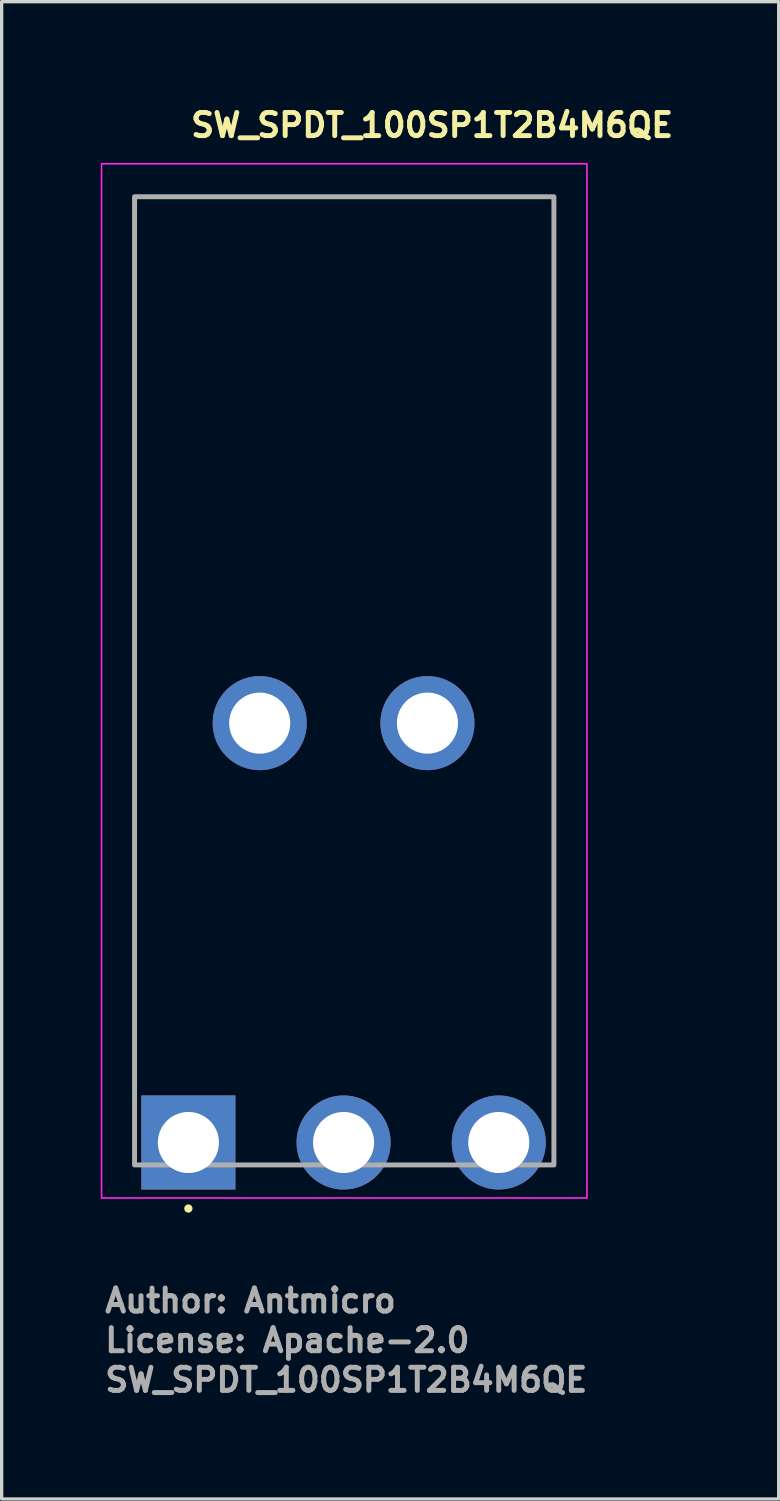
<source format=kicad_pcb>
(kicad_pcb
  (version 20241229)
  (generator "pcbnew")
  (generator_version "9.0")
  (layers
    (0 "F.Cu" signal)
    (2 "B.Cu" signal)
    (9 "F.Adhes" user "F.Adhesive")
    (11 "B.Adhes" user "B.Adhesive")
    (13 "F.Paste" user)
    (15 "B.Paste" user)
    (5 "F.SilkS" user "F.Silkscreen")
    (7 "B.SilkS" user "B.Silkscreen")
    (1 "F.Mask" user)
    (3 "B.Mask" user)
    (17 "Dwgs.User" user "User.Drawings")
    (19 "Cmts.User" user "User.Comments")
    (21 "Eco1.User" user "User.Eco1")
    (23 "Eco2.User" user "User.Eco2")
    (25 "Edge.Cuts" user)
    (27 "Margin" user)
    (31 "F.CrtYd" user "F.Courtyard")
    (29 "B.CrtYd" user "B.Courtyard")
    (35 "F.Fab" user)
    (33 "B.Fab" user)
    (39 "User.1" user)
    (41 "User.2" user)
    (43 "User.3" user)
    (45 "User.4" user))
  (footprint "SW_SPDT_100SP1T2B4M6QE"
    (layer "F.Cu")
    (at 2.655 31.55)
    (property "Reference" "SW_SPDT_100SP1T2B4M6QE" (at 0 -30.4 180) (layer "F.SilkS") (effects (font (size 0.7 0.7) (thickness 0.15)) (justify left bottom)))
    (attr through_hole)
    (fp_circle (center 0 2) (end 0.05 2) (stroke (width 0.15) (type solid)) (fill yes) (layer "F.SilkS"))
    (fp_rect (start 12.07 1.68) (end -2.63 -29.64) (stroke (width 0.05) (type solid)) (fill no) (layer "F.CrtYd"))
    (fp_rect (start 11.07 0.68) (end -1.63 -28.642) (stroke (width 0.15) (type solid)) (fill no) (layer "F.Fab"))
    (fp_rect (start 11.07 0.68) (end -1.63 -28.642) (stroke (width 0.1) (type solid)) (fill no) (layer "User.5"))
    (fp_line (start -1.63 -12.4) (end -1.63 -11.89) (stroke (width 0.02) (type solid)) (layer "User.9"))
    (fp_line (start -1.63 -12.4) (end -0.03 -12.4) (stroke (width 0.02) (type solid)) (layer "User.9"))
    (fp_line (start -1.63 -11.89) (end -0.03 -11.89) (stroke (width 0.02) (type solid)) (layer "User.9"))
    (fp_line (start -1.63 -3.51) (end -1.63 -11.89) (stroke (width 0.02) (type solid)) (layer "User.9"))
    (fp_line (start -1.63 -3.51) (end -0.03 -3.51) (stroke (width 0.02) (type solid)) (layer "User.9"))
    (fp_line (start -0.677 -2.627) (end -1.56 -3.51) (stroke (width 0.02) (type solid)) (layer "User.9"))
    (fp_line (start -0.677 -2.627) (end -0.672 -2.622) (stroke (width 0.02) (type solid)) (layer "User.9"))
    (fp_line (start -0.672 -2.622) (end -0.666 -2.617) (stroke (width 0.02) (type solid)) (layer "User.9"))
    (fp_line (start -0.666 -2.617) (end -0.66 -2.612) (stroke (width 0.02) (type solid)) (layer "User.9"))
    (fp_line (start -0.663 -2.613) (end -0.677 -2.627) (stroke (width 0.02) (type solid)) (layer "User.9"))
    (fp_line (start -0.66 -2.612) (end -0.653 -2.608) (stroke (width 0.02) (type solid)) (layer "User.9"))
    (fp_line (start -0.653 -2.608) (end -0.646 -2.604) (stroke (width 0.02) (type solid)) (layer "User.9"))
    (fp_line (start -0.648 -2.601) (end -0.663 -2.613) (stroke (width 0.02) (type solid)) (layer "User.9"))
    (fp_line (start -0.646 -2.604) (end -0.639 -2.6) (stroke (width 0.02) (type solid)) (layer "User.9"))
    (fp_line (start -0.639 -2.6) (end -0.632 -2.597) (stroke (width 0.02) (type solid)) (layer "User.9"))
    (fp_line (start -0.632 -2.597) (end -0.625 -2.594) (stroke (width 0.02) (type solid)) (layer "User.9"))
    (fp_line (start -0.632 -2.588) (end -0.648 -2.601) (stroke (width 0.02) (type solid)) (layer "User.9"))
    (fp_line (start -0.625 -2.594) (end -0.617 -2.592) (stroke (width 0.02) (type solid)) (layer "User.9"))
    (fp_line (start -0.617 -2.592) (end -0.609 -2.59) (stroke (width 0.02) (type solid)) (layer "User.9"))
    (fp_line (start -0.616 -2.577) (end -0.632 -2.588) (stroke (width 0.02) (type solid)) (layer "User.9"))
    (fp_line (start -0.609 -2.59) (end -0.601 -2.588) (stroke (width 0.02) (type solid)) (layer "User.9"))
    (fp_line (start -0.601 -2.588) (end -0.593 -2.586) (stroke (width 0.02) (type solid)) (layer "User.9"))
    (fp_line (start -0.6 -2.567) (end -0.616 -2.577) (stroke (width 0.02) (type solid)) (layer "User.9"))
    (fp_line (start -0.593 -2.586) (end -0.584 -2.585) (stroke (width 0.02) (type solid)) (layer "User.9"))
    (fp_line (start -0.584 -2.585) (end -0.576 -2.584) (stroke (width 0.02) (type solid)) (layer "User.9"))
    (fp_line (start -0.583 -2.557) (end -0.6 -2.567) (stroke (width 0.02) (type solid)) (layer "User.9"))
    (fp_line (start -0.576 -2.584) (end -0.567 -2.584) (stroke (width 0.02) (type solid)) (layer "User.9"))
    (fp_line (start -0.567 -2.584) (end -0.558 -2.583) (stroke (width 0.02) (type solid)) (layer "User.9"))
    (fp_line (start -0.565 -2.548) (end -0.583 -2.557) (stroke (width 0.02) (type solid)) (layer "User.9"))
    (fp_line (start -0.558 -2.583) (end -0.548 -2.584) (stroke (width 0.02) (type solid)) (layer "User.9"))
    (fp_line (start -0.548 -2.584) (end -0.539 -2.584) (stroke (width 0.02) (type solid)) (layer "User.9"))
    (fp_line (start -0.547 -2.54) (end -0.565 -2.548) (stroke (width 0.02) (type solid)) (layer "User.9"))
    (fp_line (start -0.539 -2.584) (end -0.52 -2.586) (stroke (width 0.02) (type solid)) (layer "User.9"))
    (fp_line (start -0.529 -2.533) (end -0.547 -2.54) (stroke (width 0.02) (type solid)) (layer "User.9"))
    (fp_line (start -0.52 -2.586) (end -0.5 -2.59) (stroke (width 0.02) (type solid)) (layer "User.9"))
    (fp_line (start -0.511 -2.527) (end -0.529 -2.533) (stroke (width 0.02) (type solid)) (layer "User.9"))
    (fp_line (start -0.5 -2.59) (end -0.48 -2.594) (stroke (width 0.02) (type solid)) (layer "User.9"))
    (fp_line (start -0.492 -2.522) (end -0.511 -2.527) (stroke (width 0.02) (type solid)) (layer "User.9"))
    (fp_line (start -0.48 -2.594) (end -0.459 -2.6) (stroke (width 0.02) (type solid)) (layer "User.9"))
    (fp_line (start -0.473 -2.518) (end -0.492 -2.522) (stroke (width 0.02) (type solid)) (layer "User.9"))
    (fp_line (start -0.459 -2.6) (end -0.438 -2.608) (stroke (width 0.02) (type solid)) (layer "User.9"))
    (fp_line (start -0.453 -2.514) (end -0.473 -2.518) (stroke (width 0.02) (type solid)) (layer "User.9"))
    (fp_line (start -0.438 -2.608) (end -0.416 -2.617) (stroke (width 0.02) (type solid)) (layer "User.9"))
    (fp_line (start -0.434 -2.512) (end -0.453 -2.514) (stroke (width 0.02) (type solid)) (layer "User.9"))
    (fp_line (start -0.416 -2.617) (end -0.394 -2.627) (stroke (width 0.02) (type solid)) (layer "User.9"))
    (fp_line (start -0.414 -2.51) (end -0.434 -2.512) (stroke (width 0.02) (type solid)) (layer "User.9"))
    (fp_line (start -0.394 -2.51) (end -0.414 -2.51) (stroke (width 0.02) (type solid)) (layer "User.9"))
    (fp_line (start -0.394 -2.51) (end 0.434 -2.51) (stroke (width 0.02) (type solid)) (layer "User.9"))
    (fp_line (start -0.36 -2.51) (end 0.4 -2.51) (stroke (width 0.02) (type solid)) (layer "User.9"))
    (fp_line (start -0.36 -1.96) (end -0.36 -2.51) (stroke (width 0.02) (type solid)) (layer "User.9"))
    (fp_line (start -0.36 -1.96) (end 0.4 -1.96) (stroke (width 0.02) (type solid)) (layer "User.9"))
    (fp_line (start -0.36 -1.96) (end 0.4 -1.96) (stroke (width 0.02) (type solid)) (layer "User.9"))
    (fp_line (start -0.36 -1.59) (end -0.36 -1.96) (stroke (width 0.02) (type solid)) (layer "User.9"))
    (fp_line (start -0.36 -1.156) (end -0.36 -1.59) (stroke (width 0.02) (type solid)) (layer "User.9"))
    (fp_line (start -0.36 -1.156) (end -0.36 -1.156) (stroke (width 0.02) (type solid)) (layer "User.9"))
    (fp_line (start -0.36 -0.967) (end -0.36 -1.156) (stroke (width 0.02) (type solid)) (layer "User.9"))
    (fp_line (start -0.36 -0.967) (end -0.36 -0.967) (stroke (width 0.02) (type solid)) (layer "User.9"))
    (fp_line (start -0.36 -0.883) (end -0.36 -0.967) (stroke (width 0.02) (type solid)) (layer "User.9"))
    (fp_line (start -0.36 -0.883) (end -0.36 -0.883) (stroke (width 0.02) (type solid)) (layer "User.9"))
    (fp_line (start -0.36 -0.808) (end -0.36 -0.883) (stroke (width 0.02) (type solid)) (layer "User.9"))
    (fp_line (start -0.36 -0.808) (end -0.36 -0.808) (stroke (width 0.02) (type solid)) (layer "User.9"))
    (fp_line (start -0.36 -0.743) (end -0.36 -0.808) (stroke (width 0.02) (type solid)) (layer "User.9"))
    (fp_line (start -0.36 -0.743) (end -0.36 -0.743) (stroke (width 0.02) (type solid)) (layer "User.9"))
    (fp_line (start -0.36 -0.689) (end -0.36 -0.743) (stroke (width 0.02) (type solid)) (layer "User.9"))
    (fp_line (start -0.36 -0.689) (end -0.36 -0.689) (stroke (width 0.02) (type solid)) (layer "User.9"))
    (fp_line (start -0.36 -0.646) (end -0.36 -0.689) (stroke (width 0.02) (type solid)) (layer "User.9"))
    (fp_line (start -0.36 -0.646) (end -0.36 -0.646) (stroke (width 0.02) (type solid)) (layer "User.9"))
    (fp_line (start -0.36 -0.615) (end -0.36 -0.646) (stroke (width 0.02) (type solid)) (layer "User.9"))
    (fp_line (start -0.36 -0.615) (end -0.36 -0.615) (stroke (width 0.02) (type solid)) (layer "User.9"))
    (fp_line (start -0.36 -0.596) (end -0.36 -0.615) (stroke (width 0.02) (type solid)) (layer "User.9"))
    (fp_line (start -0.36 -0.596) (end -0.36 -0.596) (stroke (width 0.02) (type solid)) (layer "User.9"))
    (fp_line (start -0.36 -0.59) (end -0.36 -0.596) (stroke (width 0.02) (type solid)) (layer "User.9"))
    (fp_line (start -0.36 -0.59) (end 0.4 -0.59) (stroke (width 0.02) (type solid)) (layer "User.9"))
    (fp_line (start -0.36 0.68) (end -0.36 -0.59) (stroke (width 0.02) (type solid)) (layer "User.9"))
    (fp_line (start -0.36 0.68) (end 0.4 0.68) (stroke (width 0.02) (type solid)) (layer "User.9"))
    (fp_line (start -0.03 -12.4) (end -0.03 -12.26) (stroke (width 0.02) (type solid)) (layer "User.9"))
    (fp_line (start -0.03 -12.26) (end -0.03 -12.26) (stroke (width 0.02) (type solid)) (layer "User.9"))
    (fp_line (start -0.03 -12.26) (end -0.03 -11.89) (stroke (width 0.02) (type solid)) (layer "User.9"))
    (fp_line (start -0.03 -11.89) (end -1.63 -11.89) (stroke (width 0.02) (type solid)) (layer "User.9"))
    (fp_line (start -0.03 -11.89) (end -0.03 -12.4) (stroke (width 0.02) (type solid)) (layer "User.9"))
    (fp_line (start -0.03 -11.89) (end -0.03 -11.64) (stroke (width 0.02) (type solid)) (layer "User.9"))
    (fp_line (start -0.03 -11.64) (end -0.03 -11.89) (stroke (width 0.02) (type solid)) (layer "User.9"))
    (fp_line (start -0.03 -4.21) (end 1.564 -4.21) (stroke (width 0.02) (type solid)) (layer "User.9"))
    (fp_line (start -0.03 -3.51) (end -0.03 -4.21) (stroke (width 0.02) (type solid)) (layer "User.9"))
    (fp_line (start -0.03 -3.51) (end -0.03 -4.21) (stroke (width 0.02) (type solid)) (layer "User.9"))
    (fp_line (start -0.03 -3.51) (end 1.67 -3.51) (stroke (width 0.02) (type solid)) (layer "User.9"))
    (fp_line (start 0.27 -12.91) (end 0.52 -12.91) (stroke (width 0.02) (type solid)) (layer "User.9"))
    (fp_line (start 0.27 -12.4) (end -0.03 -12.4) (stroke (width 0.02) (type solid)) (layer "User.9"))
    (fp_line (start 0.27 -12.4) (end -0.03 -12.4) (stroke (width 0.02) (type solid)) (layer "User.9"))
    (fp_line (start 0.27 -12.4) (end 0.27 -12.91) (stroke (width 0.02) (type solid)) (layer "User.9"))
    (fp_line (start 0.27 -12.4) (end 1.57 -12.4) (stroke (width 0.02) (type solid)) (layer "User.9"))
    (fp_line (start 0.4 -2.51) (end 0.4 -1.96) (stroke (width 0.02) (type solid)) (layer "User.9"))
    (fp_line (start 0.4 -1.96) (end 0.4 -1.59) (stroke (width 0.02) (type solid)) (layer "User.9"))
    (fp_line (start 0.4 -1.59) (end 0.4 -1.26) (stroke (width 0.02) (type solid)) (layer "User.9"))
    (fp_line (start 0.4 -1.26) (end 0.4 -1.26) (stroke (width 0.02) (type solid)) (layer "User.9"))
    (fp_line (start 0.4 -1.26) (end 0.4 -1.058) (stroke (width 0.02) (type solid)) (layer "User.9"))
    (fp_line (start 0.4 -1.058) (end 0.4 -1.058) (stroke (width 0.02) (type solid)) (layer "User.9"))
    (fp_line (start 0.4 -1.058) (end 0.4 -0.883) (stroke (width 0.02) (type solid)) (layer "User.9"))
    (fp_line (start 0.4 -0.883) (end 0.4 -0.883) (stroke (width 0.02) (type solid)) (layer "User.9"))
    (fp_line (start 0.4 -0.883) (end 0.4 -0.808) (stroke (width 0.02) (type solid)) (layer "User.9"))
    (fp_line (start 0.4 -0.808) (end 0.4 -0.808) (stroke (width 0.02) (type solid)) (layer "User.9"))
    (fp_line (start 0.4 -0.808) (end 0.4 -0.743) (stroke (width 0.02) (type solid)) (layer "User.9"))
    (fp_line (start 0.4 -0.743) (end 0.4 -0.743) (stroke (width 0.02) (type solid)) (layer "User.9"))
    (fp_line (start 0.4 -0.743) (end 0.4 -0.689) (stroke (width 0.02) (type solid)) (layer "User.9"))
    (fp_line (start 0.4 -0.689) (end 0.4 -0.689) (stroke (width 0.02) (type solid)) (layer "User.9"))
    (fp_line (start 0.4 -0.689) (end 0.4 -0.646) (stroke (width 0.02) (type solid)) (layer "User.9"))
    (fp_line (start 0.4 -0.646) (end 0.4 -0.646) (stroke (width 0.02) (type solid)) (layer "User.9"))
    (fp_line (start 0.4 -0.646) (end 0.4 -0.615) (stroke (width 0.02) (type solid)) (layer "User.9"))
    (fp_line (start 0.4 -0.615) (end 0.4 -0.615) (stroke (width 0.02) (type solid)) (layer "User.9"))
    (fp_line (start 0.4 -0.615) (end 0.4 -0.596) (stroke (width 0.02) (type solid)) (layer "User.9"))
    (fp_line (start 0.4 -0.596) (end 0.4 -0.596) (stroke (width 0.02) (type solid)) (layer "User.9"))
    (fp_line (start 0.4 -0.596) (end 0.4 -0.59) (stroke (width 0.02) (type solid)) (layer "User.9"))
    (fp_line (start 0.4 -0.59) (end 0.4 0.68) (stroke (width 0.02) (type solid)) (layer "User.9"))
    (fp_line (start 0.434 -2.627) (end 0.456 -2.617) (stroke (width 0.02) (type solid)) (layer "User.9"))
    (fp_line (start 0.454 -2.51) (end 0.434 -2.51) (stroke (width 0.02) (type solid)) (layer "User.9"))
    (fp_line (start 0.456 -2.617) (end 0.478 -2.608) (stroke (width 0.02) (type solid)) (layer "User.9"))
    (fp_line (start 0.474 -2.512) (end 0.454 -2.51) (stroke (width 0.02) (type solid)) (layer "User.9"))
    (fp_line (start 0.478 -2.608) (end 0.499 -2.6) (stroke (width 0.02) (type solid)) (layer "User.9"))
    (fp_line (start 0.493 -2.514) (end 0.474 -2.512) (stroke (width 0.02) (type solid)) (layer "User.9"))
    (fp_line (start 0.499 -2.6) (end 0.52 -2.594) (stroke (width 0.02) (type solid)) (layer "User.9"))
    (fp_line (start 0.513 -2.518) (end 0.493 -2.514) (stroke (width 0.02) (type solid)) (layer "User.9"))
    (fp_line (start 0.52 -12.91) (end 0.27 -12.91) (stroke (width 0.02) (type solid)) (layer "User.9"))
    (fp_line (start 0.52 -12.4) (end 0.27 -12.4) (stroke (width 0.02) (type solid)) (layer "User.9"))
    (fp_line (start 0.52 -2.594) (end 0.54 -2.59) (stroke (width 0.02) (type solid)) (layer "User.9"))
    (fp_line (start 0.532 -2.522) (end 0.513 -2.518) (stroke (width 0.02) (type solid)) (layer "User.9"))
    (fp_line (start 0.54 -2.59) (end 0.56 -2.586) (stroke (width 0.02) (type solid)) (layer "User.9"))
    (fp_line (start 0.551 -2.527) (end 0.532 -2.522) (stroke (width 0.02) (type solid)) (layer "User.9"))
    (fp_line (start 0.56 -2.586) (end 0.579 -2.584) (stroke (width 0.02) (type solid)) (layer "User.9"))
    (fp_line (start 0.569 -2.533) (end 0.551 -2.527) (stroke (width 0.02) (type solid)) (layer "User.9"))
    (fp_line (start 0.579 -2.584) (end 0.598 -2.583) (stroke (width 0.02) (type solid)) (layer "User.9"))
    (fp_line (start 0.587 -2.54) (end 0.569 -2.533) (stroke (width 0.02) (type solid)) (layer "User.9"))
    (fp_line (start 0.598 -2.583) (end 0.616 -2.584) (stroke (width 0.02) (type solid)) (layer "User.9"))
    (fp_line (start 0.605 -2.548) (end 0.587 -2.54) (stroke (width 0.02) (type solid)) (layer "User.9"))
    (fp_line (start 0.616 -2.584) (end 0.633 -2.586) (stroke (width 0.02) (type solid)) (layer "User.9"))
    (fp_line (start 0.623 -2.557) (end 0.605 -2.548) (stroke (width 0.02) (type solid)) (layer "User.9"))
    (fp_line (start 0.633 -2.586) (end 0.649 -2.59) (stroke (width 0.02) (type solid)) (layer "User.9"))
    (fp_line (start 0.64 -2.567) (end 0.623 -2.557) (stroke (width 0.02) (type solid)) (layer "User.9"))
    (fp_line (start 0.649 -2.59) (end 0.665 -2.594) (stroke (width 0.02) (type solid)) (layer "User.9"))
    (fp_line (start 0.656 -2.577) (end 0.64 -2.567) (stroke (width 0.02) (type solid)) (layer "User.9"))
    (fp_line (start 0.665 -2.594) (end 0.679 -2.6) (stroke (width 0.02) (type solid)) (layer "User.9"))
    (fp_line (start 0.672 -2.588) (end 0.656 -2.577) (stroke (width 0.02) (type solid)) (layer "User.9"))
    (fp_line (start 0.679 -2.6) (end 0.693 -2.608) (stroke (width 0.02) (type solid)) (layer "User.9"))
    (fp_line (start 0.688 -2.601) (end 0.672 -2.588) (stroke (width 0.02) (type solid)) (layer "User.9"))
    (fp_line (start 0.693 -2.608) (end 0.706 -2.617) (stroke (width 0.02) (type solid)) (layer "User.9"))
    (fp_line (start 0.703 -2.613) (end 0.688 -2.601) (stroke (width 0.02) (type solid)) (layer "User.9"))
    (fp_line (start 0.706 -2.617) (end 0.717 -2.627) (stroke (width 0.02) (type solid)) (layer "User.9"))
    (fp_line (start 0.717 -2.627) (end 0.703 -2.613) (stroke (width 0.02) (type solid)) (layer "User.9"))
    (fp_line (start 1.317 -3.51) (end -1.277 -3.51) (stroke (width 0.02) (type solid)) (layer "User.9"))
    (fp_line (start 1.564 -4.21) (end 1.564 -3.7) (stroke (width 0.02) (type solid)) (layer "User.9"))
    (fp_line (start 1.564 -4.1) (end 1.564 -4.21) (stroke (width 0.02) (type solid)) (layer "User.9"))
    (fp_line (start 1.564 -3.7) (end 3.526 -3.7) (stroke (width 0.02) (type solid)) (layer "User.9"))
    (fp_line (start 1.57 -12.91) (end 0.52 -12.91) (stroke (width 0.02) (type solid)) (layer "User.9"))
    (fp_line (start 1.57 -12.4) (end 0.52 -12.4) (stroke (width 0.02) (type solid)) (layer "User.9"))
    (fp_line (start 1.57 -12.4) (end 1.57 -12.91) (stroke (width 0.02) (type solid)) (layer "User.9"))
    (fp_line (start 1.57 -12.4) (end 1.57 -12.91) (stroke (width 0.02) (type solid)) (layer "User.9"))
    (fp_line (start 1.57 -12.4) (end 1.585 -12.4) (stroke (width 0.02) (type solid)) (layer "User.9"))
    (fp_line (start 1.585 -12.91) (end 1.57 -12.91) (stroke (width 0.02) (type solid)) (layer "User.9"))
    (fp_line (start 1.585 -12.91) (end 1.585 -12.91) (stroke (width 0.02) (type solid)) (layer "User.9"))
    (fp_line (start 1.585 -12.4) (end 1.585 -12.4) (stroke (width 0.02) (type solid)) (layer "User.9"))
    (fp_line (start 1.585 -12.4) (end 1.63 -12.4) (stroke (width 0.02) (type solid)) (layer "User.9"))
    (fp_line (start 1.6 -3.51) (end 0.717 -2.627) (stroke (width 0.02) (type solid)) (layer "User.9"))
    (fp_line (start 1.6 -3.51) (end 1.317 -3.51) (stroke (width 0.02) (type solid)) (layer "User.9"))
    (fp_line (start 1.63 -12.91) (end 1.585 -12.91) (stroke (width 0.02) (type solid)) (layer "User.9"))
    (fp_line (start 1.63 -12.91) (end 1.63 -12.91) (stroke (width 0.02) (type solid)) (layer "User.9"))
    (fp_line (start 1.63 -12.4) (end 1.63 -12.4) (stroke (width 0.02) (type solid)) (layer "User.9"))
    (fp_line (start 1.63 -12.4) (end 1.703 -12.4) (stroke (width 0.02) (type solid)) (layer "User.9"))
    (fp_line (start 1.652 -19.3) (end 1.652 -12.91) (stroke (width 0.02) (type solid)) (layer "User.9"))
    (fp_line (start 1.652 -19.3) (end 2.362 -19.998) (stroke (width 0.02) (type solid)) (layer "User.9"))
    (fp_line (start 1.652 -12.91) (end 1.652 -19.3) (stroke (width 0.02) (type solid)) (layer "User.9"))
    (fp_line (start 1.67 -4.21) (end -0.03 -4.21) (stroke (width 0.02) (type solid)) (layer "User.9"))
    (fp_line (start 1.67 -4.21) (end 1.67 -3.7) (stroke (width 0.02) (type solid)) (layer "User.9"))
    (fp_line (start 1.67 -3.7) (end 1.67 -4.21) (stroke (width 0.02) (type solid)) (layer "User.9"))
    (fp_line (start 1.67 -3.51) (end 1.67 -3.7) (stroke (width 0.02) (type solid)) (layer "User.9"))
    (fp_line (start 1.67 -3.51) (end 1.855 -3.51) (stroke (width 0.02) (type solid)) (layer "User.9"))
    (fp_line (start 1.703 -12.91) (end 1.63 -12.91) (stroke (width 0.02) (type solid)) (layer "User.9"))
    (fp_line (start 1.703 -12.91) (end 1.703 -12.91) (stroke (width 0.02) (type solid)) (layer "User.9"))
    (fp_line (start 1.703 -12.4) (end 1.703 -12.4) (stroke (width 0.02) (type solid)) (layer "User.9"))
    (fp_line (start 1.703 -12.4) (end 1.8 -12.4) (stroke (width 0.02) (type solid)) (layer "User.9"))
    (fp_line (start 1.8 -12.91) (end 1.703 -12.91) (stroke (width 0.02) (type solid)) (layer "User.9"))
    (fp_line (start 1.8 -12.91) (end 1.8 -12.91) (stroke (width 0.02) (type solid)) (layer "User.9"))
    (fp_line (start 1.8 -12.4) (end 1.8 -12.4) (stroke (width 0.02) (type solid)) (layer "User.9"))
    (fp_line (start 1.8 -12.4) (end 1.915 -12.4) (stroke (width 0.02) (type solid)) (layer "User.9"))
    (fp_line (start 1.829 -19.3) (end 1.652 -19.3) (stroke (width 0.02) (type solid)) (layer "User.9"))
    (fp_line (start 1.829 -19.3) (end 1.829 -19.3) (stroke (width 0.02) (type solid)) (layer "User.9"))
    (fp_line (start 1.889 -3.51) (end 1.855 -3.51) (stroke (width 0.02) (type solid)) (layer "User.9"))
    (fp_line (start 1.889 -3.51) (end 1.889 -3.51) (stroke (width 0.02) (type solid)) (layer "User.9"))
    (fp_line (start 1.915 -12.91) (end 1.8 -12.91) (stroke (width 0.02) (type solid)) (layer "User.9"))
    (fp_line (start 1.915 -12.91) (end 1.915 -12.91) (stroke (width 0.02) (type solid)) (layer "User.9"))
    (fp_line (start 1.915 -12.4) (end 1.915 -12.4) (stroke (width 0.02) (type solid)) (layer "User.9"))
    (fp_line (start 1.915 -12.4) (end 2.18 -12.4) (stroke (width 0.02) (type solid)) (layer "User.9"))
    (fp_line (start 1.942 -3.51) (end 1.889 -3.51) (stroke (width 0.02) (type solid)) (layer "User.9"))
    (fp_line (start 1.942 -3.51) (end 1.942 -3.51) (stroke (width 0.02) (type solid)) (layer "User.9"))
    (fp_line (start 2.012 -3.51) (end 1.942 -3.51) (stroke (width 0.02) (type solid)) (layer "User.9"))
    (fp_line (start 2.012 -3.51) (end 2.012 -3.51) (stroke (width 0.02) (type solid)) (layer "User.9"))
    (fp_line (start 2.044 -12.91) (end 1.915 -12.91) (stroke (width 0.02) (type solid)) (layer "User.9"))
    (fp_line (start 2.044 -12.91) (end 2.044 -12.91) (stroke (width 0.02) (type solid)) (layer "User.9"))
    (fp_line (start 2.098 -3.51) (end 2.012 -3.51) (stroke (width 0.02) (type solid)) (layer "User.9"))
    (fp_line (start 2.098 -3.51) (end 2.098 -3.51) (stroke (width 0.02) (type solid)) (layer "User.9"))
    (fp_line (start 2.136 -19.3) (end 1.829 -19.3) (stroke (width 0.02) (type solid)) (layer "User.9"))
    (fp_line (start 2.136 -19.3) (end 2.136 -19.3) (stroke (width 0.02) (type solid)) (layer "User.9"))
    (fp_line (start 2.18 -12.91) (end 2.044 -12.91) (stroke (width 0.02) (type solid)) (layer "User.9"))
    (fp_line (start 2.18 -12.91) (end 2.18 -12.91) (stroke (width 0.02) (type solid)) (layer "User.9"))
    (fp_line (start 2.18 -12.4) (end 2.18 -12.4) (stroke (width 0.02) (type solid)) (layer "User.9"))
    (fp_line (start 2.18 -12.4) (end 2.316 -12.4) (stroke (width 0.02) (type solid)) (layer "User.9"))
    (fp_line (start 2.196 -3.51) (end 2.098 -3.51) (stroke (width 0.02) (type solid)) (layer "User.9"))
    (fp_line (start 2.196 -3.51) (end 2.196 -3.51) (stroke (width 0.02) (type solid)) (layer "User.9"))
    (fp_line (start 2.304 -3.51) (end 2.196 -3.51) (stroke (width 0.02) (type solid)) (layer "User.9"))
    (fp_line (start 2.304 -3.51) (end 2.304 -3.51) (stroke (width 0.02) (type solid)) (layer "User.9"))
    (fp_line (start 2.316 -12.4) (end 2.316 -12.4) (stroke (width 0.02) (type solid)) (layer "User.9"))
    (fp_line (start 2.316 -12.4) (end 2.445 -12.4) (stroke (width 0.02) (type solid)) (layer "User.9"))
    (fp_line (start 2.362 -20.01) (end 2.362 -19.998) (stroke (width 0.02) (type solid)) (layer "User.9"))
    (fp_line (start 2.362 -19.998) (end 1.652 -19.3) (stroke (width 0.02) (type solid)) (layer "User.9"))
    (fp_line (start 2.362 -12.91) (end 2.362 -19.998) (stroke (width 0.02) (type solid)) (layer "User.9"))
    (fp_line (start 2.419 -3.51) (end 2.304 -3.51) (stroke (width 0.02) (type solid)) (layer "User.9"))
    (fp_line (start 2.419 -3.51) (end 2.419 -3.51) (stroke (width 0.02) (type solid)) (layer "User.9"))
    (fp_line (start 2.445 -12.91) (end 2.18 -12.91) (stroke (width 0.02) (type solid)) (layer "User.9"))
    (fp_line (start 2.445 -12.91) (end 2.445 -12.91) (stroke (width 0.02) (type solid)) (layer "User.9"))
    (fp_line (start 2.445 -12.4) (end 2.445 -12.4) (stroke (width 0.02) (type solid)) (layer "User.9"))
    (fp_line (start 2.445 -12.4) (end 2.56 -12.4) (stroke (width 0.02) (type solid)) (layer "User.9"))
    (fp_line (start 2.508 -20.01) (end 2.362 -20.01) (stroke (width 0.02) (type solid)) (layer "User.9"))
    (fp_line (start 2.508 -20.01) (end 2.508 -20.01) (stroke (width 0.02) (type solid)) (layer "User.9"))
    (fp_line (start 2.559 -19.3) (end 2.136 -19.3) (stroke (width 0.02) (type solid)) (layer "User.9"))
    (fp_line (start 2.559 -19.3) (end 2.559 -19.3) (stroke (width 0.02) (type solid)) (layer "User.9"))
    (fp_line (start 2.56 -12.91) (end 2.445 -12.91) (stroke (width 0.02) (type solid)) (layer "User.9"))
    (fp_line (start 2.56 -12.91) (end 2.56 -12.91) (stroke (width 0.02) (type solid)) (layer "User.9"))
    (fp_line (start 2.56 -12.4) (end 2.56 -12.4) (stroke (width 0.02) (type solid)) (layer "User.9"))
    (fp_line (start 2.56 -12.4) (end 2.657 -12.4) (stroke (width 0.02) (type solid)) (layer "User.9"))
    (fp_line (start 2.62 -12.91) (end 2.62 -20.01) (stroke (width 0.02) (type solid)) (layer "User.9"))
    (fp_line (start 2.655 -7.4) (end 3.47 -9.4) (stroke (width 0.02) (type solid)) (layer "User.9"))
    (fp_line (start 2.655 -7.4) (end 5.655 -7.4) (stroke (width 0.02) (type solid)) (layer "User.9"))
    (fp_line (start 2.656 -3.51) (end 2.419 -3.51) (stroke (width 0.02) (type solid)) (layer "User.9"))
    (fp_line (start 2.656 -3.51) (end 2.656 -3.51) (stroke (width 0.02) (type solid)) (layer "User.9"))
    (fp_line (start 2.657 -12.91) (end 2.56 -12.91) (stroke (width 0.02) (type solid)) (layer "User.9"))
    (fp_line (start 2.657 -12.91) (end 2.657 -12.91) (stroke (width 0.02) (type solid)) (layer "User.9"))
    (fp_line (start 2.657 -12.4) (end 2.657 -12.4) (stroke (width 0.02) (type solid)) (layer "User.9"))
    (fp_line (start 2.657 -12.4) (end 2.73 -12.4) (stroke (width 0.02) (type solid)) (layer "User.9"))
    (fp_line (start 2.673 -20.01) (end 2.62 -20.01) (stroke (width 0.02) (type solid)) (layer "User.9"))
    (fp_line (start 2.673 -20.01) (end 2.673 -20.01) (stroke (width 0.02) (type solid)) (layer "User.9"))
    (fp_line (start 2.705 -7.434) (end 3.493 -9.366) (stroke (width 0.02) (type solid)) (layer "User.9"))
    (fp_line (start 2.705 -7.434) (end 5.632 -7.434) (stroke (width 0.02) (type solid)) (layer "User.9"))
    (fp_line (start 2.73 -12.91) (end 2.657 -12.91) (stroke (width 0.02) (type solid)) (layer "User.9"))
    (fp_line (start 2.73 -12.91) (end 2.73 -12.91) (stroke (width 0.02) (type solid)) (layer "User.9"))
    (fp_line (start 2.73 -12.4) (end 2.73 -12.4) (stroke (width 0.02) (type solid)) (layer "User.9"))
    (fp_line (start 2.73 -12.4) (end 2.775 -12.4) (stroke (width 0.02) (type solid)) (layer "User.9"))
    (fp_line (start 2.752 -20.01) (end 2.508 -20.01) (stroke (width 0.02) (type solid)) (layer "User.9"))
    (fp_line (start 2.752 -20.01) (end 2.752 -20.01) (stroke (width 0.02) (type solid)) (layer "User.9"))
    (fp_line (start 2.775 -12.91) (end 2.73 -12.91) (stroke (width 0.02) (type solid)) (layer "User.9"))
    (fp_line (start 2.775 -12.91) (end 2.775 -12.91) (stroke (width 0.02) (type solid)) (layer "User.9"))
    (fp_line (start 2.775 -12.4) (end 2.775 -12.4) (stroke (width 0.02) (type solid)) (layer "User.9"))
    (fp_line (start 2.775 -12.4) (end 2.79 -12.4) (stroke (width 0.02) (type solid)) (layer "User.9"))
    (fp_line (start 2.79 -12.91) (end 2.775 -12.91) (stroke (width 0.02) (type solid)) (layer "User.9"))
    (fp_line (start 2.79 -12.91) (end 3.032 -12.91) (stroke (width 0.02) (type solid)) (layer "User.9"))
    (fp_line (start 2.79 -12.4) (end 2.79 -12.91) (stroke (width 0.02) (type solid)) (layer "User.9"))
    (fp_line (start 2.79 -12.4) (end 6.65 -12.4) (stroke (width 0.02) (type solid)) (layer "User.9"))
    (fp_line (start 2.79 -12.4) (end 6.65 -12.4) (stroke (width 0.02) (type solid)) (layer "User.9"))
    (fp_line (start 2.828 -20.01) (end 2.673 -20.01) (stroke (width 0.02) (type solid)) (layer "User.9"))
    (fp_line (start 2.828 -20.01) (end 2.828 -20.01) (stroke (width 0.02) (type solid)) (layer "User.9"))
    (fp_line (start 2.881 -3.51) (end 2.656 -3.51) (stroke (width 0.02) (type solid)) (layer "User.9"))
    (fp_line (start 2.881 -3.51) (end 2.881 -3.51) (stroke (width 0.02) (type solid)) (layer "User.9"))
    (fp_line (start 2.981 -3.51) (end 2.881 -3.51) (stroke (width 0.02) (type solid)) (layer "User.9"))
    (fp_line (start 2.981 -3.51) (end 2.981 -3.51) (stroke (width 0.02) (type solid)) (layer "User.9"))
    (fp_line (start 3.032 -12.91) (end 3.032 -12.91) (stroke (width 0.02) (type solid)) (layer "User.9"))
    (fp_line (start 3.032 -12.91) (end 3.289 -12.91) (stroke (width 0.02) (type solid)) (layer "User.9"))
    (fp_line (start 3.068 -3.51) (end 2.981 -3.51) (stroke (width 0.02) (type solid)) (layer "User.9"))
    (fp_line (start 3.068 -3.51) (end 3.068 -3.51) (stroke (width 0.02) (type solid)) (layer "User.9"))
    (fp_line (start 3.078 -20.01) (end 2.828 -20.01) (stroke (width 0.02) (type solid)) (layer "User.9"))
    (fp_line (start 3.078 -20.01) (end 3.078 -20.01) (stroke (width 0.02) (type solid)) (layer "User.9"))
    (fp_line (start 3.08 -19.3) (end 2.559 -19.3) (stroke (width 0.02) (type solid)) (layer "User.9"))
    (fp_line (start 3.08 -19.3) (end 3.08 -19.3) (stroke (width 0.02) (type solid)) (layer "User.9"))
    (fp_line (start 3.084 -20.01) (end 2.752 -20.01) (stroke (width 0.02) (type solid)) (layer "User.9"))
    (fp_line (start 3.084 -20.01) (end 3.084 -20.01) (stroke (width 0.02) (type solid)) (layer "User.9"))
    (fp_line (start 3.14 -3.51) (end 3.068 -3.51) (stroke (width 0.02) (type solid)) (layer "User.9"))
    (fp_line (start 3.14 -3.51) (end 4.023 -2.627) (stroke (width 0.02) (type solid)) (layer "User.9"))
    (fp_line (start 3.235 -3.51) (end 3.14 -3.51) (stroke (width 0.02) (type solid)) (layer "User.9"))
    (fp_line (start 3.266 -3.51) (end 3.14 -3.51) (stroke (width 0.02) (type solid)) (layer "User.9"))
    (fp_line (start 3.266 -3.51) (end 3.235 -3.51) (stroke (width 0.02) (type solid)) (layer "User.9"))
    (fp_line (start 3.274 -7.816) (end 3.434 -8.209) (stroke (width 0.02) (type solid)) (layer "User.9"))
    (fp_line (start 3.274 -7.816) (end 5.788 -7.816) (stroke (width 0.02) (type solid)) (layer "User.9"))
    (fp_line (start 3.289 -12.91) (end 3.289 -12.91) (stroke (width 0.02) (type solid)) (layer "User.9"))
    (fp_line (start 3.289 -12.91) (end 3.559 -12.91) (stroke (width 0.02) (type solid)) (layer "User.9"))
    (fp_line (start 3.324 -7.85) (end 3.457 -8.175) (stroke (width 0.02) (type solid)) (layer "User.9"))
    (fp_line (start 3.324 -7.85) (end 5.838 -7.85) (stroke (width 0.02) (type solid)) (layer "User.9"))
    (fp_line (start 3.382 -25.197) (end 3.382 -25.171) (stroke (width 0.02) (type solid)) (layer "User.9"))
    (fp_line (start 3.383 -25.223) (end 3.382 -25.197) (stroke (width 0.02) (type solid)) (layer "User.9"))
    (fp_line (start 3.384 -25.248) (end 3.383 -25.223) (stroke (width 0.02) (type solid)) (layer "User.9"))
    (fp_line (start 3.386 -25.274) (end 3.384 -25.248) (stroke (width 0.02) (type solid)) (layer "User.9"))
    (fp_line (start 3.388 -25.3) (end 3.386 -25.274) (stroke (width 0.02) (type solid)) (layer "User.9"))
    (fp_line (start 3.391 -25.326) (end 3.388 -25.3) (stroke (width 0.02) (type solid)) (layer "User.9"))
    (fp_line (start 3.395 -25.352) (end 3.391 -25.326) (stroke (width 0.02) (type solid)) (layer "User.9"))
    (fp_line (start 3.399 -25.378) (end 3.395 -25.352) (stroke (width 0.02) (type solid)) (layer "User.9"))
    (fp_line (start 3.399 -25.378) (end 3.399 -25.378) (stroke (width 0.02) (type solid)) (layer "User.9"))
    (fp_line (start 3.409 -25.434) (end 3.399 -25.378) (stroke (width 0.02) (type solid)) (layer "User.9"))
    (fp_line (start 3.411 -20.01) (end 3.078 -20.01) (stroke (width 0.02) (type solid)) (layer "User.9"))
    (fp_line (start 3.411 -20.01) (end 3.411 -20.01) (stroke (width 0.02) (type solid)) (layer "User.9"))
    (fp_line (start 3.42 -4.21) (end 3.42 -3.7) (stroke (width 0.02) (type solid)) (layer "User.9"))
    (fp_line (start 3.42 -3.7) (end 3.42 -4.21) (stroke (width 0.02) (type solid)) (layer "User.9"))
    (fp_line (start 3.42 -3.7) (end 3.42 -3.51) (stroke (width 0.02) (type solid)) (layer "User.9"))
    (fp_line (start 3.42 -3.51) (end 3.266 -3.51) (stroke (width 0.02) (type solid)) (layer "User.9"))
    (fp_line (start 3.42 -3.51) (end 6.02 -3.51) (stroke (width 0.02) (type solid)) (layer "User.9"))
    (fp_line (start 3.422 -25.491) (end 3.409 -25.434) (stroke (width 0.02) (type solid)) (layer "User.9"))
    (fp_line (start 3.423 -3.51) (end 3.266 -3.51) (stroke (width 0.02) (type solid)) (layer "User.9"))
    (fp_line (start 3.434 -8.209) (end 3.274 -7.816) (stroke (width 0.02) (type solid)) (layer "User.9"))
    (fp_line (start 3.434 -8.209) (end 5.948 -8.209) (stroke (width 0.02) (type solid)) (layer "User.9"))
    (fp_line (start 3.438 -25.549) (end 3.422 -25.491) (stroke (width 0.02) (type solid)) (layer "User.9"))
    (fp_line (start 3.456 -25.604) (end 3.438 -25.549) (stroke (width 0.02) (type solid)) (layer "User.9"))
    (fp_line (start 3.457 -8.175) (end 3.324 -7.85) (stroke (width 0.02) (type solid)) (layer "User.9"))
    (fp_line (start 3.457 -8.175) (end 5.971 -8.175) (stroke (width 0.02) (type solid)) (layer "User.9"))
    (fp_line (start 3.47 -9.4) (end 2.655 -7.4) (stroke (width 0.02) (type solid)) (layer "User.9"))
    (fp_line (start 3.47 -9.4) (end 6.47 -9.4) (stroke (width 0.02) (type solid)) (layer "User.9"))
    (fp_line (start 3.477 -25.659) (end 3.456 -25.604) (stroke (width 0.02) (type solid)) (layer "User.9"))
    (fp_line (start 3.488 -20.01) (end 3.084 -20.01) (stroke (width 0.02) (type solid)) (layer "User.9"))
    (fp_line (start 3.488 -20.01) (end 3.488 -20.01) (stroke (width 0.02) (type solid)) (layer "User.9"))
    (fp_line (start 3.493 -9.366) (end 2.705 -7.434) (stroke (width 0.02) (type solid)) (layer "User.9"))
    (fp_line (start 3.493 -9.366) (end 6.42 -9.366) (stroke (width 0.02) (type solid)) (layer "User.9"))
    (fp_line (start 3.5 -25.712) (end 3.477 -25.659) (stroke (width 0.02) (type solid)) (layer "User.9"))
    (fp_line (start 3.526 -25.765) (end 3.5 -25.712) (stroke (width 0.02) (type solid)) (layer "User.9"))
    (fp_line (start 3.526 -4.21) (end 3.526 -4.1) (stroke (width 0.02) (type solid)) (layer "User.9"))
    (fp_line (start 3.526 -4.21) (end 5.914 -4.21) (stroke (width 0.02) (type solid)) (layer "User.9"))
    (fp_line (start 3.526 -3.7) (end 3.526 -4.21) (stroke (width 0.02) (type solid)) (layer "User.9"))
    (fp_line (start 3.528 -20.01) (end 3.383 -25.133) (stroke (width 0.02) (type solid)) (layer "User.9"))
    (fp_line (start 3.541 -19.538) (end 3.415 -19.3) (stroke (width 0.02) (type solid)) (layer "User.9"))
    (fp_line (start 3.554 -25.816) (end 3.526 -25.765) (stroke (width 0.02) (type solid)) (layer "User.9"))
    (fp_line (start 3.559 -12.91) (end 3.559 -12.91) (stroke (width 0.02) (type solid)) (layer "User.9"))
    (fp_line (start 3.559 -12.91) (end 3.84 -12.91) (stroke (width 0.02) (type solid)) (layer "User.9"))
    (fp_line (start 3.584 -25.866) (end 3.554 -25.816) (stroke (width 0.02) (type solid)) (layer "User.9"))
    (fp_line (start 3.59 -8.591) (end 3.75 -8.984) (stroke (width 0.02) (type solid)) (layer "User.9"))
    (fp_line (start 3.59 -8.591) (end 6.104 -8.591) (stroke (width 0.02) (type solid)) (layer "User.9"))
    (fp_line (start 3.616 -25.915) (end 3.584 -25.866) (stroke (width 0.02) (type solid)) (layer "User.9"))
    (fp_line (start 3.64 -8.625) (end 3.773 -8.95) (stroke (width 0.02) (type solid)) (layer "User.9"))
    (fp_line (start 3.64 -8.625) (end 6.154 -8.625) (stroke (width 0.02) (type solid)) (layer "User.9"))
    (fp_line (start 3.651 -25.962) (end 3.616 -25.915) (stroke (width 0.02) (type solid)) (layer "User.9"))
    (fp_line (start 3.674 -19.3) (end 3.08 -19.3) (stroke (width 0.02) (type solid)) (layer "User.9"))
    (fp_line (start 3.674 -19.3) (end 3.674 -19.3) (stroke (width 0.02) (type solid)) (layer "User.9"))
    (fp_line (start 3.687 -26.008) (end 3.651 -25.962) (stroke (width 0.02) (type solid)) (layer "User.9"))
    (fp_line (start 3.726 -26.052) (end 3.687 -26.008) (stroke (width 0.02) (type solid)) (layer "User.9"))
    (fp_line (start 3.75 -8.984) (end 3.59 -8.591) (stroke (width 0.02) (type solid)) (layer "User.9"))
    (fp_line (start 3.75 -8.984) (end 6.264 -8.984) (stroke (width 0.02) (type solid)) (layer "User.9"))
    (fp_line (start 3.766 -26.093) (end 3.726 -26.052) (stroke (width 0.02) (type solid)) (layer "User.9"))
    (fp_line (start 3.773 -8.95) (end 3.64 -8.625) (stroke (width 0.02) (type solid)) (layer "User.9"))
    (fp_line (start 3.773 -8.95) (end 6.287 -8.95) (stroke (width 0.02) (type solid)) (layer "User.9"))
    (fp_line (start 3.809 -26.134) (end 3.766 -26.093) (stroke (width 0.02) (type solid)) (layer "User.9"))
    (fp_line (start 3.809 -20.01) (end 3.411 -20.01) (stroke (width 0.02) (type solid)) (layer "User.9"))
    (fp_line (start 3.809 -20.01) (end 3.809 -20.01) (stroke (width 0.02) (type solid)) (layer "User.9"))
    (fp_line (start 3.84 -12.91) (end 3.84 -12.91) (stroke (width 0.02) (type solid)) (layer "User.9"))
    (fp_line (start 3.84 -12.91) (end 4.129 -12.91) (stroke (width 0.02) (type solid)) (layer "User.9"))
    (fp_line (start 3.853 -26.172) (end 3.809 -26.134) (stroke (width 0.02) (type solid)) (layer "User.9"))
    (fp_line (start 3.853 -26.172) (end 3.853 -26.172) (stroke (width 0.02) (type solid)) (layer "User.9"))
    (fp_line (start 3.899 -26.209) (end 3.853 -26.172) (stroke (width 0.02) (type solid)) (layer "User.9"))
    (fp_line (start 3.946 -26.242) (end 3.899 -26.209) (stroke (width 0.02) (type solid)) (layer "User.9"))
    (fp_line (start 3.946 -20.01) (end 3.488 -20.01) (stroke (width 0.02) (type solid)) (layer "User.9"))
    (fp_line (start 3.946 -20.01) (end 3.946 -20.01) (stroke (width 0.02) (type solid)) (layer "User.9"))
    (fp_line (start 3.995 -26.274) (end 3.946 -26.242) (stroke (width 0.02) (type solid)) (layer "User.9"))
    (fp_line (start 4.023 -2.627) (end 3.14 -3.51) (stroke (width 0.02) (type solid)) (layer "User.9"))
    (fp_line (start 4.023 -2.627) (end 4.028 -2.622) (stroke (width 0.02) (type solid)) (layer "User.9"))
    (fp_line (start 4.028 -2.622) (end 4.034 -2.617) (stroke (width 0.02) (type solid)) (layer "User.9"))
    (fp_line (start 4.034 -2.617) (end 4.041 -2.612) (stroke (width 0.02) (type solid)) (layer "User.9"))
    (fp_line (start 4.037 -2.613) (end 4.023 -2.627) (stroke (width 0.02) (type solid)) (layer "User.9"))
    (fp_line (start 4.041 -2.612) (end 4.047 -2.608) (stroke (width 0.02) (type solid)) (layer "User.9"))
    (fp_line (start 4.046 -26.305) (end 3.995 -26.274) (stroke (width 0.02) (type solid)) (layer "User.9"))
    (fp_line (start 4.047 -2.608) (end 4.054 -2.604) (stroke (width 0.02) (type solid)) (layer "User.9"))
    (fp_line (start 4.052 -2.601) (end 4.037 -2.613) (stroke (width 0.02) (type solid)) (layer "User.9"))
    (fp_line (start 4.054 -2.604) (end 4.061 -2.6) (stroke (width 0.02) (type solid)) (layer "User.9"))
    (fp_line (start 4.061 -2.6) (end 4.068 -2.597) (stroke (width 0.02) (type solid)) (layer "User.9"))
    (fp_line (start 4.068 -2.597) (end 4.075 -2.594) (stroke (width 0.02) (type solid)) (layer "User.9"))
    (fp_line (start 4.068 -2.588) (end 4.052 -2.601) (stroke (width 0.02) (type solid)) (layer "User.9"))
    (fp_line (start 4.075 -2.594) (end 4.083 -2.592) (stroke (width 0.02) (type solid)) (layer "User.9"))
    (fp_line (start 4.083 -2.592) (end 4.091 -2.59) (stroke (width 0.02) (type solid)) (layer "User.9"))
    (fp_line (start 4.084 -2.577) (end 4.068 -2.588) (stroke (width 0.02) (type solid)) (layer "User.9"))
    (fp_line (start 4.091 -2.59) (end 4.099 -2.588) (stroke (width 0.02) (type solid)) (layer "User.9"))
    (fp_line (start 4.097 -26.331) (end 4.046 -26.305) (stroke (width 0.02) (type solid)) (layer "User.9"))
    (fp_line (start 4.099 -2.588) (end 4.107 -2.586) (stroke (width 0.02) (type solid)) (layer "User.9"))
    (fp_line (start 4.1 -2.567) (end 4.084 -2.577) (stroke (width 0.02) (type solid)) (layer "User.9"))
    (fp_line (start 4.107 -2.586) (end 4.116 -2.585) (stroke (width 0.02) (type solid)) (layer "User.9"))
    (fp_line (start 4.116 -2.585) (end 4.124 -2.584) (stroke (width 0.02) (type solid)) (layer "User.9"))
    (fp_line (start 4.117 -2.557) (end 4.1 -2.567) (stroke (width 0.02) (type solid)) (layer "User.9"))
    (fp_line (start 4.124 -2.584) (end 4.133 -2.584) (stroke (width 0.02) (type solid)) (layer "User.9"))
    (fp_line (start 4.129 -12.91) (end 4.129 -12.91) (stroke (width 0.02) (type solid)) (layer "User.9"))
    (fp_line (start 4.129 -12.91) (end 4.72 -12.91) (stroke (width 0.02) (type solid)) (layer "User.9"))
    (fp_line (start 4.133 -2.584) (end 4.142 -2.583) (stroke (width 0.02) (type solid)) (layer "User.9"))
    (fp_line (start 4.135 -2.548) (end 4.117 -2.557) (stroke (width 0.02) (type solid)) (layer "User.9"))
    (fp_line (start 4.142 -2.583) (end 4.152 -2.584) (stroke (width 0.02) (type solid)) (layer "User.9"))
    (fp_line (start 4.15 -26.357) (end 4.097 -26.331) (stroke (width 0.02) (type solid)) (layer "User.9"))
    (fp_line (start 4.152 -2.584) (end 4.161 -2.584) (stroke (width 0.02) (type solid)) (layer "User.9"))
    (fp_line (start 4.153 -2.54) (end 4.135 -2.548) (stroke (width 0.02) (type solid)) (layer "User.9"))
    (fp_line (start 4.161 -2.584) (end 4.18 -2.586) (stroke (width 0.02) (type solid)) (layer "User.9"))
    (fp_line (start 4.171 -2.533) (end 4.153 -2.54) (stroke (width 0.02) (type solid)) (layer "User.9"))
    (fp_line (start 4.18 -2.586) (end 4.2 -2.59) (stroke (width 0.02) (type solid)) (layer "User.9"))
    (fp_line (start 4.189 -2.527) (end 4.171 -2.533) (stroke (width 0.02) (type solid)) (layer "User.9"))
    (fp_line (start 4.2 -2.59) (end 4.22 -2.594) (stroke (width 0.02) (type solid)) (layer "User.9"))
    (fp_line (start 4.204 -26.38) (end 4.15 -26.357) (stroke (width 0.02) (type solid)) (layer "User.9"))
    (fp_line (start 4.208 -2.522) (end 4.189 -2.527) (stroke (width 0.02) (type solid)) (layer "User.9"))
    (fp_line (start 4.22 -2.594) (end 4.241 -2.6) (stroke (width 0.02) (type solid)) (layer "User.9"))
    (fp_line (start 4.227 -2.518) (end 4.208 -2.522) (stroke (width 0.02) (type solid)) (layer "User.9"))
    (fp_line (start 4.241 -2.6) (end 4.262 -2.608) (stroke (width 0.02) (type solid)) (layer "User.9"))
    (fp_line (start 4.247 -2.514) (end 4.227 -2.518) (stroke (width 0.02) (type solid)) (layer "User.9"))
    (fp_line (start 4.253 -20.01) (end 3.809 -20.01) (stroke (width 0.02) (type solid)) (layer "User.9"))
    (fp_line (start 4.253 -20.01) (end 4.253 -20.01) (stroke (width 0.02) (type solid)) (layer "User.9"))
    (fp_line (start 4.259 -26.399) (end 4.204 -26.38) (stroke (width 0.02) (type solid)) (layer "User.9"))
    (fp_line (start 4.262 -2.608) (end 4.284 -2.617) (stroke (width 0.02) (type solid)) (layer "User.9"))
    (fp_line (start 4.266 -2.512) (end 4.247 -2.514) (stroke (width 0.02) (type solid)) (layer "User.9"))
    (fp_line (start 4.284 -2.617) (end 4.306 -2.627) (stroke (width 0.02) (type solid)) (layer "User.9"))
    (fp_line (start 4.286 -2.51) (end 4.266 -2.512) (stroke (width 0.02) (type solid)) (layer "User.9"))
    (fp_line (start 4.306 -2.51) (end 4.286 -2.51) (stroke (width 0.02) (type solid)) (layer "User.9"))
    (fp_line (start 4.315 -26.418) (end 4.259 -26.399) (stroke (width 0.02) (type solid)) (layer "User.9"))
    (fp_line (start 4.316 -19.3) (end 3.674 -19.3) (stroke (width 0.02) (type solid)) (layer "User.9"))
    (fp_line (start 4.316 -19.3) (end 4.316 -19.3) (stroke (width 0.02) (type solid)) (layer "User.9"))
    (fp_line (start 4.34 -2.51) (end 5.1 -2.51) (stroke (width 0.02) (type solid)) (layer "User.9"))
    (fp_line (start 4.34 -1.96) (end 4.34 -2.51) (stroke (width 0.02) (type solid)) (layer "User.9"))
    (fp_line (start 4.34 -1.96) (end 5.1 -1.96) (stroke (width 0.02) (type solid)) (layer "User.9"))
    (fp_line (start 4.34 -1.96) (end 5.1 -1.96) (stroke (width 0.02) (type solid)) (layer "User.9"))
    (fp_line (start 4.34 -1.59) (end 4.34 -1.96) (stroke (width 0.02) (type solid)) (layer "User.9"))
    (fp_line (start 4.34 -1.156) (end 4.34 -1.59) (stroke (width 0.02) (type solid)) (layer "User.9"))
    (fp_line (start 4.34 -1.156) (end 4.34 -1.156) (stroke (width 0.02) (type solid)) (layer "User.9"))
    (fp_line (start 4.34 -0.967) (end 4.34 -1.156) (stroke (width 0.02) (type solid)) (layer "User.9"))
    (fp_line (start 4.34 -0.967) (end 4.34 -0.967) (stroke (width 0.02) (type solid)) (layer "User.9"))
    (fp_line (start 4.34 -0.883) (end 4.34 -0.967) (stroke (width 0.02) (type solid)) (layer "User.9"))
    (fp_line (start 4.34 -0.883) (end 4.34 -0.883) (stroke (width 0.02) (type solid)) (layer "User.9"))
    (fp_line (start 4.34 -0.808) (end 4.34 -0.883) (stroke (width 0.02) (type solid)) (layer "User.9"))
    (fp_line (start 4.34 -0.808) (end 4.34 -0.808) (stroke (width 0.02) (type solid)) (layer "User.9"))
    (fp_line (start 4.34 -0.743) (end 4.34 -0.808) (stroke (width 0.02) (type solid)) (layer "User.9"))
    (fp_line (start 4.34 -0.743) (end 4.34 -0.743) (stroke (width 0.02) (type solid)) (layer "User.9"))
    (fp_line (start 4.34 -0.689) (end 4.34 -0.743) (stroke (width 0.02) (type solid)) (layer "User.9"))
    (fp_line (start 4.34 -0.689) (end 4.34 -0.689) (stroke (width 0.02) (type solid)) (layer "User.9"))
    (fp_line (start 4.34 -0.646) (end 4.34 -0.689) (stroke (width 0.02) (type solid)) (layer "User.9"))
    (fp_line (start 4.34 -0.646) (end 4.34 -0.646) (stroke (width 0.02) (type solid)) (layer "User.9"))
    (fp_line (start 4.34 -0.615) (end 4.34 -0.646) (stroke (width 0.02) (type solid)) (layer "User.9"))
    (fp_line (start 4.34 -0.615) (end 4.34 -0.615) (stroke (width 0.02) (type solid)) (layer "User.9"))
    (fp_line (start 4.34 -0.596) (end 4.34 -0.615) (stroke (width 0.02) (type solid)) (layer "User.9"))
    (fp_line (start 4.34 -0.596) (end 4.34 -0.596) (stroke (width 0.02) (type solid)) (layer "User.9"))
    (fp_line (start 4.34 -0.59) (end 4.34 -0.596) (stroke (width 0.02) (type solid)) (layer "User.9"))
    (fp_line (start 4.34 -0.59) (end 5.1 -0.59) (stroke (width 0.02) (type solid)) (layer "User.9"))
    (fp_line (start 4.34 0.68) (end 4.34 -0.59) (stroke (width 0.02) (type solid)) (layer "User.9"))
    (fp_line (start 4.34 0.68) (end 5.1 0.68) (stroke (width 0.02) (type solid)) (layer "User.9"))
    (fp_line (start 4.371 -26.433) (end 4.315 -26.418) (stroke (width 0.02) (type solid)) (layer "User.9"))
    (fp_line (start 4.428 -26.445) (end 4.371 -26.433) (stroke (width 0.02) (type solid)) (layer "User.9"))
    (fp_line (start 4.439 -20.01) (end 3.946 -20.01) (stroke (width 0.02) (type solid)) (layer "User.9"))
    (fp_line (start 4.439 -20.01) (end 4.439 -20.01) (stroke (width 0.02) (type solid)) (layer "User.9"))
    (fp_line (start 4.486 -26.456) (end 4.428 -26.445) (stroke (width 0.02) (type solid)) (layer "User.9"))
    (fp_line (start 4.544 -26.463) (end 4.486 -26.456) (stroke (width 0.02) (type solid)) (layer "User.9"))
    (fp_line (start 4.602 -26.468) (end 4.544 -26.463) (stroke (width 0.02) (type solid)) (layer "User.9"))
    (fp_line (start 4.66 -26.471) (end 4.602 -26.468) (stroke (width 0.02) (type solid)) (layer "User.9"))
    (fp_line (start 4.72 -20.01) (end 4.253 -20.01) (stroke (width 0.02) (type solid)) (layer "User.9"))
    (fp_line (start 4.72 -20.01) (end 4.72 -20.01) (stroke (width 0.02) (type solid)) (layer "User.9"))
    (fp_line (start 4.72 -12.91) (end 4.72 -12.91) (stroke (width 0.02) (type solid)) (layer "User.9"))
    (fp_line (start 4.72 -12.91) (end 5.6 -12.91) (stroke (width 0.02) (type solid)) (layer "User.9"))
    (fp_line (start 4.784 -26.47) (end 4.758 -26.47) (stroke (width 0.02) (type solid)) (layer "User.9"))
    (fp_line (start 4.81 -26.469) (end 4.784 -26.47) (stroke (width 0.02) (type solid)) (layer "User.9"))
    (fp_line (start 4.836 -26.468) (end 4.81 -26.469) (stroke (width 0.02) (type solid)) (layer "User.9"))
    (fp_line (start 4.862 -26.466) (end 4.836 -26.468) (stroke (width 0.02) (type solid)) (layer "User.9"))
    (fp_line (start 4.888 -26.464) (end 4.862 -26.466) (stroke (width 0.02) (type solid)) (layer "User.9"))
    (fp_line (start 4.913 -26.461) (end 4.888 -26.464) (stroke (width 0.02) (type solid)) (layer "User.9"))
    (fp_line (start 4.939 -26.457) (end 4.913 -26.461) (stroke (width 0.02) (type solid)) (layer "User.9"))
    (fp_line (start 4.945 -20.01) (end 4.439 -20.01) (stroke (width 0.02) (type solid)) (layer "User.9"))
    (fp_line (start 4.945 -20.01) (end 4.945 -20.01) (stroke (width 0.02) (type solid)) (layer "User.9"))
    (fp_line (start 4.965 -26.453) (end 4.939 -26.457) (stroke (width 0.02) (type solid)) (layer "User.9"))
    (fp_line (start 4.965 -26.453) (end 4.965 -26.453) (stroke (width 0.02) (type solid)) (layer "User.9"))
    (fp_line (start 4.976 -19.3) (end 4.316 -19.3) (stroke (width 0.02) (type solid)) (layer "User.9"))
    (fp_line (start 4.976 -19.3) (end 4.976 -19.3) (stroke (width 0.02) (type solid)) (layer "User.9"))
    (fp_line (start 5.022 -26.443) (end 4.965 -26.453) (stroke (width 0.02) (type solid)) (layer "User.9"))
    (fp_line (start 5.079 -26.43) (end 5.022 -26.443) (stroke (width 0.02) (type solid)) (layer "User.9"))
    (fp_line (start 5.1 -2.51) (end 5.1 -1.96) (stroke (width 0.02) (type solid)) (layer "User.9"))
    (fp_line (start 5.1 -1.96) (end 5.1 -1.59) (stroke (width 0.02) (type solid)) (layer "User.9"))
    (fp_line (start 5.1 -1.59) (end 5.1 -1.26) (stroke (width 0.02) (type solid)) (layer "User.9"))
    (fp_line (start 5.1 -1.26) (end 5.1 -1.26) (stroke (width 0.02) (type solid)) (layer "User.9"))
    (fp_line (start 5.1 -1.26) (end 5.1 -1.058) (stroke (width 0.02) (type solid)) (layer "User.9"))
    (fp_line (start 5.1 -1.058) (end 5.1 -1.058) (stroke (width 0.02) (type solid)) (layer "User.9"))
    (fp_line (start 5.1 -1.058) (end 5.1 -0.883) (stroke (width 0.02) (type solid)) (layer "User.9"))
    (fp_line (start 5.1 -0.883) (end 5.1 -0.883) (stroke (width 0.02) (type solid)) (layer "User.9"))
    (fp_line (start 5.1 -0.883) (end 5.1 -0.808) (stroke (width 0.02) (type solid)) (layer "User.9"))
    (fp_line (start 5.1 -0.808) (end 5.1 -0.808) (stroke (width 0.02) (type solid)) (layer "User.9"))
    (fp_line (start 5.1 -0.808) (end 5.1 -0.743) (stroke (width 0.02) (type solid)) (layer "User.9"))
    (fp_line (start 5.1 -0.743) (end 5.1 -0.743) (stroke (width 0.02) (type solid)) (layer "User.9"))
    (fp_line (start 5.1 -0.743) (end 5.1 -0.689) (stroke (width 0.02) (type solid)) (layer "User.9"))
    (fp_line (start 5.1 -0.689) (end 5.1 -0.689) (stroke (width 0.02) (type solid)) (layer "User.9"))
    (fp_line (start 5.1 -0.689) (end 5.1 -0.646) (stroke (width 0.02) (type solid)) (layer "User.9"))
    (fp_line (start 5.1 -0.646) (end 5.1 -0.646) (stroke (width 0.02) (type solid)) (layer "User.9"))
    (fp_line (start 5.1 -0.646) (end 5.1 -0.615) (stroke (width 0.02) (type solid)) (layer "User.9"))
    (fp_line (start 5.1 -0.615) (end 5.1 -0.615) (stroke (width 0.02) (type solid)) (layer "User.9"))
    (fp_line (start 5.1 -0.615) (end 5.1 -0.596) (stroke (width 0.02) (type solid)) (layer "User.9"))
    (fp_line (start 5.1 -0.596) (end 5.1 -0.596) (stroke (width 0.02) (type solid)) (layer "User.9"))
    (fp_line (start 5.1 -0.596) (end 5.1 -0.59) (stroke (width 0.02) (type solid)) (layer "User.9"))
    (fp_line (start 5.1 -0.59) (end 5.1 0.68) (stroke (width 0.02) (type solid)) (layer "User.9"))
    (fp_line (start 5.134 -2.627) (end 5.156 -2.617) (stroke (width 0.02) (type solid)) (layer "User.9"))
    (fp_line (start 5.134 -2.51) (end 4.306 -2.51) (stroke (width 0.02) (type solid)) (layer "User.9"))
    (fp_line (start 5.136 -26.414) (end 5.079 -26.43) (stroke (width 0.02) (type solid)) (layer "User.9"))
    (fp_line (start 5.154 -2.51) (end 5.134 -2.51) (stroke (width 0.02) (type solid)) (layer "User.9"))
    (fp_line (start 5.156 -2.617) (end 5.178 -2.608) (stroke (width 0.02) (type solid)) (layer "User.9"))
    (fp_line (start 5.174 -2.512) (end 5.154 -2.51) (stroke (width 0.02) (type solid)) (layer "User.9"))
    (fp_line (start 5.178 -2.608) (end 5.199 -2.6) (stroke (width 0.02) (type solid)) (layer "User.9"))
    (fp_line (start 5.187 -20.01) (end 4.72 -20.01) (stroke (width 0.02) (type solid)) (layer "User.9"))
    (fp_line (start 5.187 -20.01) (end 5.187 -20.01) (stroke (width 0.02) (type solid)) (layer "User.9"))
    (fp_line (start 5.191 -26.396) (end 5.136 -26.414) (stroke (width 0.02) (type solid)) (layer "User.9"))
    (fp_line (start 5.193 -2.514) (end 5.174 -2.512) (stroke (width 0.02) (type solid)) (layer "User.9"))
    (fp_line (start 5.199 -2.6) (end 5.22 -2.594) (stroke (width 0.02) (type solid)) (layer "User.9"))
    (fp_line (start 5.213 -2.518) (end 5.193 -2.514) (stroke (width 0.02) (type solid)) (layer "User.9"))
    (fp_line (start 5.22 -2.594) (end 5.24 -2.59) (stroke (width 0.02) (type solid)) (layer "User.9"))
    (fp_line (start 5.232 -2.522) (end 5.213 -2.518) (stroke (width 0.02) (type solid)) (layer "User.9"))
    (fp_line (start 5.24 -2.59) (end 5.26 -2.586) (stroke (width 0.02) (type solid)) (layer "User.9"))
    (fp_line (start 5.246 -26.375) (end 5.191 -26.396) (stroke (width 0.02) (type solid)) (layer "User.9"))
    (fp_line (start 5.251 -2.527) (end 5.232 -2.522) (stroke (width 0.02) (type solid)) (layer "User.9"))
    (fp_line (start 5.26 -2.586) (end 5.279 -2.584) (stroke (width 0.02) (type solid)) (layer "User.9"))
    (fp_line (start 5.269 -2.533) (end 5.251 -2.527) (stroke (width 0.02) (type solid)) (layer "User.9"))
    (fp_line (start 5.279 -2.584) (end 5.298 -2.583) (stroke (width 0.02) (type solid)) (layer "User.9"))
    (fp_line (start 5.287 -2.54) (end 5.269 -2.533) (stroke (width 0.02) (type solid)) (layer "User.9"))
    (fp_line (start 5.298 -2.583) (end 5.316 -2.584) (stroke (width 0.02) (type solid)) (layer "User.9"))
    (fp_line (start 5.299 -26.352) (end 5.246 -26.375) (stroke (width 0.02) (type solid)) (layer "User.9"))
    (fp_line (start 5.305 -2.548) (end 5.287 -2.54) (stroke (width 0.02) (type solid)) (layer "User.9"))
    (fp_line (start 5.316 -2.584) (end 5.333 -2.586) (stroke (width 0.02) (type solid)) (layer "User.9"))
    (fp_line (start 5.323 -2.557) (end 5.305 -2.548) (stroke (width 0.02) (type solid)) (layer "User.9"))
    (fp_line (start 5.333 -2.586) (end 5.349 -2.59) (stroke (width 0.02) (type solid)) (layer "User.9"))
    (fp_line (start 5.34 -2.567) (end 5.323 -2.557) (stroke (width 0.02) (type solid)) (layer "User.9"))
    (fp_line (start 5.349 -2.59) (end 5.365 -2.594) (stroke (width 0.02) (type solid)) (layer "User.9"))
    (fp_line (start 5.352 -26.326) (end 5.299 -26.352) (stroke (width 0.02) (type solid)) (layer "User.9"))
    (fp_line (start 5.356 -2.577) (end 5.34 -2.567) (stroke (width 0.02) (type solid)) (layer "User.9"))
    (fp_line (start 5.365 -2.594) (end 5.379 -2.6) (stroke (width 0.02) (type solid)) (layer "User.9"))
    (fp_line (start 5.372 -2.588) (end 5.356 -2.577) (stroke (width 0.02) (type solid)) (layer "User.9"))
    (fp_line (start 5.379 -2.6) (end 5.393 -2.608) (stroke (width 0.02) (type solid)) (layer "User.9"))
    (fp_line (start 5.388 -2.601) (end 5.372 -2.588) (stroke (width 0.02) (type solid)) (layer "User.9"))
    (fp_line (start 5.393 -2.608) (end 5.406 -2.617) (stroke (width 0.02) (type solid)) (layer "User.9"))
    (fp_line (start 5.403 -26.298) (end 5.352 -26.326) (stroke (width 0.02) (type solid)) (layer "User.9"))
    (fp_line (start 5.403 -2.613) (end 5.388 -2.601) (stroke (width 0.02) (type solid)) (layer "User.9"))
    (fp_line (start 5.406 -2.617) (end 5.417 -2.627) (stroke (width 0.02) (type solid)) (layer "User.9"))
    (fp_line (start 5.417 -2.627) (end 5.403 -2.613) (stroke (width 0.02) (type solid)) (layer "User.9"))
    (fp_line (start 5.417 -2.627) (end 6.3 -3.51) (stroke (width 0.02) (type solid)) (layer "User.9"))
    (fp_line (start 5.44 -20.01) (end 4.945 -20.01) (stroke (width 0.02) (type solid)) (layer "User.9"))
    (fp_line (start 5.44 -20.01) (end 5.44 -20.01) (stroke (width 0.02) (type solid)) (layer "User.9"))
    (fp_line (start 5.454 -26.268) (end 5.403 -26.298) (stroke (width 0.02) (type solid)) (layer "User.9"))
    (fp_line (start 5.502 -26.236) (end 5.454 -26.268) (stroke (width 0.02) (type solid)) (layer "User.9"))
    (fp_line (start 5.549 -26.201) (end 5.502 -26.236) (stroke (width 0.02) (type solid)) (layer "User.9"))
    (fp_line (start 5.595 -26.165) (end 5.549 -26.201) (stroke (width 0.02) (type solid)) (layer "User.9"))
    (fp_line (start 5.6 -12.91) (end 5.6 -12.91) (stroke (width 0.02) (type solid)) (layer "User.9"))
    (fp_line (start 5.6 -12.91) (end 5.881 -12.91) (stroke (width 0.02) (type solid)) (layer "User.9"))
    (fp_line (start 5.624 -19.3) (end 4.976 -19.3) (stroke (width 0.02) (type solid)) (layer "User.9"))
    (fp_line (start 5.624 -19.3) (end 5.624 -19.3) (stroke (width 0.02) (type solid)) (layer "User.9"))
    (fp_line (start 5.631 -20.01) (end 5.187 -20.01) (stroke (width 0.02) (type solid)) (layer "User.9"))
    (fp_line (start 5.631 -20.01) (end 5.631 -20.01) (stroke (width 0.02) (type solid)) (layer "User.9"))
    (fp_line (start 5.632 -7.434) (end 2.705 -7.434) (stroke (width 0.02) (type solid)) (layer "User.9"))
    (fp_line (start 5.632 -7.434) (end 5.788 -7.816) (stroke (width 0.02) (type solid)) (layer "User.9"))
    (fp_line (start 5.639 -26.126) (end 5.595 -26.165) (stroke (width 0.02) (type solid)) (layer "User.9"))
    (fp_line (start 5.655 -7.4) (end 2.655 -7.4) (stroke (width 0.02) (type solid)) (layer "User.9"))
    (fp_line (start 5.655 -7.4) (end 5.838 -7.85) (stroke (width 0.02) (type solid)) (layer "User.9"))
    (fp_line (start 5.681 -26.086) (end 5.639 -26.126) (stroke (width 0.02) (type solid)) (layer "User.9"))
    (fp_line (start 5.721 -26.043) (end 5.681 -26.086) (stroke (width 0.02) (type solid)) (layer "User.9"))
    (fp_line (start 5.759 -25.999) (end 5.721 -26.043) (stroke (width 0.02) (type solid)) (layer "User.9"))
    (fp_line (start 5.759 -25.999) (end 5.759 -25.999) (stroke (width 0.02) (type solid)) (layer "User.9"))
    (fp_line (start 5.788 -7.816) (end 3.274 -7.816) (stroke (width 0.02) (type solid)) (layer "User.9"))
    (fp_line (start 5.788 -7.816) (end 5.632 -7.434) (stroke (width 0.02) (type solid)) (layer "User.9"))
    (fp_line (start 5.796 -25.953) (end 5.759 -25.999) (stroke (width 0.02) (type solid)) (layer "User.9"))
    (fp_line (start 5.83 -25.906) (end 5.796 -25.953) (stroke (width 0.02) (type solid)) (layer "User.9"))
    (fp_line (start 5.838 -7.85) (end 3.324 -7.85) (stroke (width 0.02) (type solid)) (layer "User.9"))
    (fp_line (start 5.838 -7.85) (end 5.655 -7.4) (stroke (width 0.02) (type solid)) (layer "User.9"))
    (fp_line (start 5.862 -25.857) (end 5.83 -25.906) (stroke (width 0.02) (type solid)) (layer "User.9"))
    (fp_line (start 5.881 -12.91) (end 5.881 -12.91) (stroke (width 0.02) (type solid)) (layer "User.9"))
    (fp_line (start 5.881 -12.91) (end 6.151 -12.91) (stroke (width 0.02) (type solid)) (layer "User.9"))
    (fp_line (start 5.892 -25.806) (end 5.862 -25.857) (stroke (width 0.02) (type solid)) (layer "User.9"))
    (fp_line (start 5.899 -19.538) (end 6.025 -19.3) (stroke (width 0.02) (type solid)) (layer "User.9"))
    (fp_line (start 5.904 -20.01) (end 5.44 -20.01) (stroke (width 0.02) (type solid)) (layer "User.9"))
    (fp_line (start 5.904 -20.01) (end 5.904 -20.01) (stroke (width 0.02) (type solid)) (layer "User.9"))
    (fp_line (start 5.912 -20.01) (end 6.057 -25.133) (stroke (width 0.02) (type solid)) (layer "User.9"))
    (fp_line (start 5.914 -4.21) (end 5.914 -3.7) (stroke (width 0.02) (type solid)) (layer "User.9"))
    (fp_line (start 5.914 -4.1) (end 5.914 -4.21) (stroke (width 0.02) (type solid)) (layer "User.9"))
    (fp_line (start 5.914 -3.7) (end 7.876 -3.7) (stroke (width 0.02) (type solid)) (layer "User.9"))
    (fp_line (start 5.919 -25.755) (end 5.892 -25.806) (stroke (width 0.02) (type solid)) (layer "User.9"))
    (fp_line (start 5.944 -25.702) (end 5.919 -25.755) (stroke (width 0.02) (type solid)) (layer "User.9"))
    (fp_line (start 5.948 -8.209) (end 3.434 -8.209) (stroke (width 0.02) (type solid)) (layer "User.9"))
    (fp_line (start 5.948 -8.209) (end 6.104 -8.591) (stroke (width 0.02) (type solid)) (layer "User.9"))
    (fp_line (start 5.967 -25.648) (end 5.944 -25.702) (stroke (width 0.02) (type solid)) (layer "User.9"))
    (fp_line (start 5.971 -8.175) (end 3.457 -8.175) (stroke (width 0.02) (type solid)) (layer "User.9"))
    (fp_line (start 5.971 -8.175) (end 6.154 -8.625) (stroke (width 0.02) (type solid)) (layer "User.9"))
    (fp_line (start 5.987 -25.593) (end 5.967 -25.648) (stroke (width 0.02) (type solid)) (layer "User.9"))
    (fp_line (start 6.005 -25.537) (end 5.987 -25.593) (stroke (width 0.02) (type solid)) (layer "User.9"))
    (fp_line (start 6.017 -3.51) (end 3.423 -3.51) (stroke (width 0.02) (type solid)) (layer "User.9"))
    (fp_line (start 6.02 -25.481) (end 6.005 -25.537) (stroke (width 0.02) (type solid)) (layer "User.9"))
    (fp_line (start 6.02 -4.21) (end 3.42 -4.21) (stroke (width 0.02) (type solid)) (layer "User.9"))
    (fp_line (start 6.02 -4.21) (end 6.02 -3.7) (stroke (width 0.02) (type solid)) (layer "User.9"))
    (fp_line (start 6.02 -3.7) (end 6.02 -4.21) (stroke (width 0.02) (type solid)) (layer "User.9"))
    (fp_line (start 6.02 -3.51) (end 6.02 -3.7) (stroke (width 0.02) (type solid)) (layer "User.9"))
    (fp_line (start 6.02 -3.51) (end 6.174 -3.51) (stroke (width 0.02) (type solid)) (layer "User.9"))
    (fp_line (start 6.029 -20.01) (end 5.631 -20.01) (stroke (width 0.02) (type solid)) (layer "User.9"))
    (fp_line (start 6.029 -20.01) (end 6.029 -20.01) (stroke (width 0.02) (type solid)) (layer "User.9"))
    (fp_line (start 6.033 -25.424) (end 6.02 -25.481) (stroke (width 0.02) (type solid)) (layer "User.9"))
    (fp_line (start 6.043 -25.366) (end 6.033 -25.424) (stroke (width 0.02) (type solid)) (layer "User.9"))
    (fp_line (start 6.051 -25.308) (end 6.043 -25.366) (stroke (width 0.02) (type solid)) (layer "User.9"))
    (fp_line (start 6.056 -25.25) (end 6.051 -25.308) (stroke (width 0.02) (type solid)) (layer "User.9"))
    (fp_line (start 6.057 -25.133) (end 6.058 -25.192) (stroke (width 0.02) (type solid)) (layer "User.9"))
    (fp_line (start 6.058 -25.192) (end 6.056 -25.25) (stroke (width 0.02) (type solid)) (layer "User.9"))
    (fp_line (start 6.104 -8.591) (end 3.59 -8.591) (stroke (width 0.02) (type solid)) (layer "User.9"))
    (fp_line (start 6.104 -8.591) (end 5.948 -8.209) (stroke (width 0.02) (type solid)) (layer "User.9"))
    (fp_line (start 6.151 -12.91) (end 6.151 -12.91) (stroke (width 0.02) (type solid)) (layer "User.9"))
    (fp_line (start 6.151 -12.91) (end 6.408 -12.91) (stroke (width 0.02) (type solid)) (layer "User.9"))
    (fp_line (start 6.154 -8.625) (end 3.64 -8.625) (stroke (width 0.02) (type solid)) (layer "User.9"))
    (fp_line (start 6.154 -8.625) (end 5.971 -8.175) (stroke (width 0.02) (type solid)) (layer "User.9"))
    (fp_line (start 6.174 -3.51) (end 6.017 -3.51) (stroke (width 0.02) (type solid)) (layer "User.9"))
    (fp_line (start 6.174 -3.51) (end 6.205 -3.51) (stroke (width 0.02) (type solid)) (layer "User.9"))
    (fp_line (start 6.205 -3.51) (end 6.3 -3.51) (stroke (width 0.02) (type solid)) (layer "User.9"))
    (fp_line (start 6.232 -19.3) (end 5.624 -19.3) (stroke (width 0.02) (type solid)) (layer "User.9"))
    (fp_line (start 6.232 -19.3) (end 6.232 -19.3) (stroke (width 0.02) (type solid)) (layer "User.9"))
    (fp_line (start 6.264 -8.984) (end 3.75 -8.984) (stroke (width 0.02) (type solid)) (layer "User.9"))
    (fp_line (start 6.264 -8.984) (end 6.42 -9.366) (stroke (width 0.02) (type solid)) (layer "User.9"))
    (fp_line (start 6.287 -8.95) (end 3.773 -8.95) (stroke (width 0.02) (type solid)) (layer "User.9"))
    (fp_line (start 6.287 -8.95) (end 6.47 -9.4) (stroke (width 0.02) (type solid)) (layer "User.9"))
    (fp_line (start 6.3 -3.51) (end 5.417 -2.627) (stroke (width 0.02) (type solid)) (layer "User.9"))
    (fp_line (start 6.3 -3.51) (end 6.174 -3.51) (stroke (width 0.02) (type solid)) (layer "User.9"))
    (fp_line (start 6.315 -20.01) (end 5.904 -20.01) (stroke (width 0.02) (type solid)) (layer "User.9"))
    (fp_line (start 6.315 -20.01) (end 6.315 -20.01) (stroke (width 0.02) (type solid)) (layer "User.9"))
    (fp_line (start 6.362 -20.01) (end 6.029 -20.01) (stroke (width 0.02) (type solid)) (layer "User.9"))
    (fp_line (start 6.362 -20.01) (end 6.362 -20.01) (stroke (width 0.02) (type solid)) (layer "User.9"))
    (fp_line (start 6.372 -3.51) (end 6.3 -3.51) (stroke (width 0.02) (type solid)) (layer "User.9"))
    (fp_line (start 6.372 -3.51) (end 6.372 -3.51) (stroke (width 0.02) (type solid)) (layer "User.9"))
    (fp_line (start 6.408 -12.91) (end 6.408 -12.91) (stroke (width 0.02) (type solid)) (layer "User.9"))
    (fp_line (start 6.408 -12.91) (end 6.65 -12.91) (stroke (width 0.02) (type solid)) (layer "User.9"))
    (fp_line (start 6.42 -9.366) (end 3.493 -9.366) (stroke (width 0.02) (type solid)) (layer "User.9"))
    (fp_line (start 6.42 -9.366) (end 6.264 -8.984) (stroke (width 0.02) (type solid)) (layer "User.9"))
    (fp_line (start 6.459 -3.51) (end 6.372 -3.51) (stroke (width 0.02) (type solid)) (layer "User.9"))
    (fp_line (start 6.459 -3.51) (end 6.459 -3.51) (stroke (width 0.02) (type solid)) (layer "User.9"))
    (fp_line (start 6.47 -9.4) (end 3.47 -9.4) (stroke (width 0.02) (type solid)) (layer "User.9"))
    (fp_line (start 6.47 -9.4) (end 6.287 -8.95) (stroke (width 0.02) (type solid)) (layer "User.9"))
    (fp_line (start 6.559 -3.51) (end 6.459 -3.51) (stroke (width 0.02) (type solid)) (layer "User.9"))
    (fp_line (start 6.559 -3.51) (end 6.559 -3.51) (stroke (width 0.02) (type solid)) (layer "User.9"))
    (fp_line (start 6.612 -20.01) (end 6.362 -20.01) (stroke (width 0.02) (type solid)) (layer "User.9"))
    (fp_line (start 6.612 -20.01) (end 6.612 -20.01) (stroke (width 0.02) (type solid)) (layer "User.9"))
    (fp_line (start 6.65 -12.91) (end 2.79 -12.91) (stroke (width 0.02) (type solid)) (layer "User.9"))
    (fp_line (start 6.65 -12.4) (end 6.65 -12.91) (stroke (width 0.02) (type solid)) (layer "User.9"))
    (fp_line (start 6.65 -12.4) (end 6.65 -12.91) (stroke (width 0.02) (type solid)) (layer "User.9"))
    (fp_line (start 6.65 -12.4) (end 6.665 -12.4) (stroke (width 0.02) (type solid)) (layer "User.9"))
    (fp_line (start 6.655 -20.01) (end 6.315 -20.01) (stroke (width 0.02) (type solid)) (layer "User.9"))
    (fp_line (start 6.655 -20.01) (end 6.655 -20.01) (stroke (width 0.02) (type solid)) (layer "User.9"))
    (fp_line (start 6.665 -12.91) (end 6.65 -12.91) (stroke (width 0.02) (type solid)) (layer "User.9"))
    (fp_line (start 6.665 -12.91) (end 6.665 -12.91) (stroke (width 0.02) (type solid)) (layer "User.9"))
    (fp_line (start 6.665 -12.4) (end 6.665 -12.4) (stroke (width 0.02) (type solid)) (layer "User.9"))
    (fp_line (start 6.665 -12.4) (end 6.71 -12.4) (stroke (width 0.02) (type solid)) (layer "User.9"))
    (fp_line (start 6.668 -3.51) (end 6.559 -3.51) (stroke (width 0.02) (type solid)) (layer "User.9"))
    (fp_line (start 6.668 -3.51) (end 6.668 -3.51) (stroke (width 0.02) (type solid)) (layer "User.9"))
    (fp_line (start 6.71 -12.91) (end 6.665 -12.91) (stroke (width 0.02) (type solid)) (layer "User.9"))
    (fp_line (start 6.71 -12.91) (end 6.71 -12.91) (stroke (width 0.02) (type solid)) (layer "User.9"))
    (fp_line (start 6.71 -12.4) (end 6.71 -12.4) (stroke (width 0.02) (type solid)) (layer "User.9"))
    (fp_line (start 6.71 -12.4) (end 6.783 -12.4) (stroke (width 0.02) (type solid)) (layer "User.9"))
    (fp_line (start 6.767 -20.01) (end 6.612 -20.01) (stroke (width 0.02) (type solid)) (layer "User.9"))
    (fp_line (start 6.767 -20.01) (end 6.767 -20.01) (stroke (width 0.02) (type solid)) (layer "User.9"))
    (fp_line (start 6.771 -19.3) (end 6.232 -19.3) (stroke (width 0.02) (type solid)) (layer "User.9"))
    (fp_line (start 6.771 -19.3) (end 6.771 -19.3) (stroke (width 0.02) (type solid)) (layer "User.9"))
    (fp_line (start 6.783 -12.91) (end 6.71 -12.91) (stroke (width 0.02) (type solid)) (layer "User.9"))
    (fp_line (start 6.783 -12.91) (end 6.783 -12.91) (stroke (width 0.02) (type solid)) (layer "User.9"))
    (fp_line (start 6.783 -12.4) (end 6.783 -12.4) (stroke (width 0.02) (type solid)) (layer "User.9"))
    (fp_line (start 6.783 -12.4) (end 6.88 -12.4) (stroke (width 0.02) (type solid)) (layer "User.9"))
    (fp_line (start 6.82 -20.01) (end 6.767 -20.01) (stroke (width 0.02) (type solid)) (layer "User.9"))
    (fp_line (start 6.82 -12.91) (end 6.82 -20.01) (stroke (width 0.02) (type solid)) (layer "User.9"))
    (fp_line (start 6.88 -12.91) (end 6.783 -12.91) (stroke (width 0.02) (type solid)) (layer "User.9"))
    (fp_line (start 6.88 -12.91) (end 6.88 -12.91) (stroke (width 0.02) (type solid)) (layer "User.9"))
    (fp_line (start 6.88 -12.4) (end 6.88 -12.4) (stroke (width 0.02) (type solid)) (layer "User.9"))
    (fp_line (start 6.88 -12.4) (end 6.995 -12.4) (stroke (width 0.02) (type solid)) (layer "User.9"))
    (fp_line (start 6.909 -20.01) (end 6.655 -20.01) (stroke (width 0.02) (type solid)) (layer "User.9"))
    (fp_line (start 6.909 -20.01) (end 6.909 -20.01) (stroke (width 0.02) (type solid)) (layer "User.9"))
    (fp_line (start 6.995 -12.91) (end 6.88 -12.91) (stroke (width 0.02) (type solid)) (layer "User.9"))
    (fp_line (start 6.995 -12.91) (end 6.995 -12.91) (stroke (width 0.02) (type solid)) (layer "User.9"))
    (fp_line (start 6.995 -12.4) (end 6.995 -12.4) (stroke (width 0.02) (type solid)) (layer "User.9"))
    (fp_line (start 6.995 -12.4) (end 7.26 -12.4) (stroke (width 0.02) (type solid)) (layer "User.9"))
    (fp_line (start 7.021 -3.51) (end 6.668 -3.51) (stroke (width 0.02) (type solid)) (layer "User.9"))
    (fp_line (start 7.021 -3.51) (end 7.021 -3.51) (stroke (width 0.02) (type solid)) (layer "User.9"))
    (fp_line (start 7.067 -20.01) (end 6.909 -20.01) (stroke (width 0.02) (type solid)) (layer "User.9"))
    (fp_line (start 7.067 -20.01) (end 7.067 -20.01) (stroke (width 0.02) (type solid)) (layer "User.9"))
    (fp_line (start 7.12 -20.01) (end 7.067 -20.01) (stroke (width 0.02) (type solid)) (layer "User.9"))
    (fp_line (start 7.12 -20.01) (end 7.83 -19.3) (stroke (width 0.02) (type solid)) (layer "User.9"))
    (fp_line (start 7.124 -12.91) (end 6.995 -12.91) (stroke (width 0.02) (type solid)) (layer "User.9"))
    (fp_line (start 7.124 -12.91) (end 7.124 -12.91) (stroke (width 0.02) (type solid)) (layer "User.9"))
    (fp_line (start 7.218 -19.3) (end 6.771 -19.3) (stroke (width 0.02) (type solid)) (layer "User.9"))
    (fp_line (start 7.218 -19.3) (end 7.218 -19.3) (stroke (width 0.02) (type solid)) (layer "User.9"))
    (fp_line (start 7.244 -3.51) (end 7.021 -3.51) (stroke (width 0.02) (type solid)) (layer "User.9"))
    (fp_line (start 7.244 -3.51) (end 7.244 -3.51) (stroke (width 0.02) (type solid)) (layer "User.9"))
    (fp_line (start 7.26 -12.91) (end 7.124 -12.91) (stroke (width 0.02) (type solid)) (layer "User.9"))
    (fp_line (start 7.26 -12.91) (end 7.26 -12.91) (stroke (width 0.02) (type solid)) (layer "User.9"))
    (fp_line (start 7.26 -12.4) (end 7.26 -12.4) (stroke (width 0.02) (type solid)) (layer "User.9"))
    (fp_line (start 7.26 -12.4) (end 7.396 -12.4) (stroke (width 0.02) (type solid)) (layer "User.9"))
    (fp_line (start 7.342 -3.51) (end 7.244 -3.51) (stroke (width 0.02) (type solid)) (layer "User.9"))
    (fp_line (start 7.342 -3.51) (end 7.342 -3.51) (stroke (width 0.02) (type solid)) (layer "User.9"))
    (fp_line (start 7.396 -12.4) (end 7.396 -12.4) (stroke (width 0.02) (type solid)) (layer "User.9"))
    (fp_line (start 7.396 -12.4) (end 7.525 -12.4) (stroke (width 0.02) (type solid)) (layer "User.9"))
    (fp_line (start 7.428 -3.51) (end 7.342 -3.51) (stroke (width 0.02) (type solid)) (layer "User.9"))
    (fp_line (start 7.428 -3.51) (end 7.428 -3.51) (stroke (width 0.02) (type solid)) (layer "User.9"))
    (fp_line (start 7.498 -3.51) (end 7.428 -3.51) (stroke (width 0.02) (type solid)) (layer "User.9"))
    (fp_line (start 7.498 -3.51) (end 7.498 -3.51) (stroke (width 0.02) (type solid)) (layer "User.9"))
    (fp_line (start 7.525 -12.91) (end 7.26 -12.91) (stroke (width 0.02) (type solid)) (layer "User.9"))
    (fp_line (start 7.525 -12.91) (end 7.525 -12.91) (stroke (width 0.02) (type solid)) (layer "User.9"))
    (fp_line (start 7.525 -12.4) (end 7.525 -12.4) (stroke (width 0.02) (type solid)) (layer "User.9"))
    (fp_line (start 7.525 -12.4) (end 7.64 -12.4) (stroke (width 0.02) (type solid)) (layer "User.9"))
    (fp_line (start 7.551 -3.51) (end 7.498 -3.51) (stroke (width 0.02) (type solid)) (layer "User.9"))
    (fp_line (start 7.551 -3.51) (end 7.551 -3.51) (stroke (width 0.02) (type solid)) (layer "User.9"))
    (fp_line (start 7.553 -19.3) (end 7.218 -19.3) (stroke (width 0.02) (type solid)) (layer "User.9"))
    (fp_line (start 7.553 -19.3) (end 7.553 -19.3) (stroke (width 0.02) (type solid)) (layer "User.9"))
    (fp_line (start 7.585 -3.51) (end 7.551 -3.51) (stroke (width 0.02) (type solid)) (layer "User.9"))
    (fp_line (start 7.585 -3.51) (end 7.77 -3.51) (stroke (width 0.02) (type solid)) (layer "User.9"))
    (fp_line (start 7.64 -12.91) (end 7.525 -12.91) (stroke (width 0.02) (type solid)) (layer "User.9"))
    (fp_line (start 7.64 -12.91) (end 7.64 -12.91) (stroke (width 0.02) (type solid)) (layer "User.9"))
    (fp_line (start 7.64 -12.4) (end 7.64 -12.4) (stroke (width 0.02) (type solid)) (layer "User.9"))
    (fp_line (start 7.64 -12.4) (end 7.737 -12.4) (stroke (width 0.02) (type solid)) (layer "User.9"))
    (fp_line (start 7.737 -12.91) (end 7.64 -12.91) (stroke (width 0.02) (type solid)) (layer "User.9"))
    (fp_line (start 7.737 -12.91) (end 7.737 -12.91) (stroke (width 0.02) (type solid)) (layer "User.9"))
    (fp_line (start 7.737 -12.4) (end 7.737 -12.4) (stroke (width 0.02) (type solid)) (layer "User.9"))
    (fp_line (start 7.737 -12.4) (end 7.81 -12.4) (stroke (width 0.02) (type solid)) (layer "User.9"))
    (fp_line (start 7.76 -19.3) (end 7.553 -19.3) (stroke (width 0.02) (type solid)) (layer "User.9"))
    (fp_line (start 7.76 -19.3) (end 7.76 -19.3) (stroke (width 0.02) (type solid)) (layer "User.9"))
    (fp_line (start 7.77 -4.21) (end 7.77 -3.7) (stroke (width 0.02) (type solid)) (layer "User.9"))
    (fp_line (start 7.77 -3.7) (end 7.77 -4.21) (stroke (width 0.02) (type solid)) (layer "User.9"))
    (fp_line (start 7.77 -3.7) (end 7.77 -3.51) (stroke (width 0.02) (type solid)) (layer "User.9"))
    (fp_line (start 7.77 -3.51) (end 9.47 -3.51) (stroke (width 0.02) (type solid)) (layer "User.9"))
    (fp_line (start 7.81 -12.91) (end 7.737 -12.91) (stroke (width 0.02) (type solid)) (layer "User.9"))
    (fp_line (start 7.81 -12.91) (end 7.81 -12.91) (stroke (width 0.02) (type solid)) (layer "User.9"))
    (fp_line (start 7.81 -12.4) (end 7.81 -12.4) (stroke (width 0.02) (type solid)) (layer "User.9"))
    (fp_line (start 7.81 -12.4) (end 7.855 -12.4) (stroke (width 0.02) (type solid)) (layer "User.9"))
    (fp_line (start 7.83 -19.3) (end 7.76 -19.3) (stroke (width 0.02) (type solid)) (layer "User.9"))
    (fp_line (start 7.83 -12.91) (end 7.83 -19.3) (stroke (width 0.02) (type solid)) (layer "User.9"))
    (fp_line (start 7.855 -12.91) (end 7.81 -12.91) (stroke (width 0.02) (type solid)) (layer "User.9"))
    (fp_line (start 7.855 -12.91) (end 7.855 -12.91) (stroke (width 0.02) (type solid)) (layer "User.9"))
    (fp_line (start 7.855 -12.4) (end 7.855 -12.4) (stroke (width 0.02) (type solid)) (layer "User.9"))
    (fp_line (start 7.855 -12.4) (end 7.87 -12.4) (stroke (width 0.02) (type solid)) (layer "User.9"))
    (fp_line (start 7.87 -12.91) (end 7.855 -12.91) (stroke (width 0.02) (type solid)) (layer "User.9"))
    (fp_line (start 7.87 -12.4) (end 7.87 -12.91) (stroke (width 0.02) (type solid)) (layer "User.9"))
    (fp_line (start 7.87 -12.4) (end 8.92 -12.4) (stroke (width 0.02) (type solid)) (layer "User.9"))
    (fp_line (start 7.87 -12.4) (end 9.17 -12.4) (stroke (width 0.02) (type solid)) (layer "User.9"))
    (fp_line (start 7.876 -4.21) (end 7.876 -4.1) (stroke (width 0.02) (type solid)) (layer "User.9"))
    (fp_line (start 7.876 -4.21) (end 9.47 -4.21) (stroke (width 0.02) (type solid)) (layer "User.9"))
    (fp_line (start 7.876 -3.7) (end 7.876 -4.21) (stroke (width 0.02) (type solid)) (layer "User.9"))
    (fp_line (start 8.123 -3.51) (end 7.84 -3.51) (stroke (width 0.02) (type solid)) (layer "User.9"))
    (fp_line (start 8.723 -2.627) (end 7.84 -3.51) (stroke (width 0.02) (type solid)) (layer "User.9"))
    (fp_line (start 8.723 -2.627) (end 8.728 -2.622) (stroke (width 0.02) (type solid)) (layer "User.9"))
    (fp_line (start 8.728 -2.622) (end 8.734 -2.617) (stroke (width 0.02) (type solid)) (layer "User.9"))
    (fp_line (start 8.734 -2.617) (end 8.741 -2.612) (stroke (width 0.02) (type solid)) (layer "User.9"))
    (fp_line (start 8.737 -2.613) (end 8.723 -2.627) (stroke (width 0.02) (type solid)) (layer "User.9"))
    (fp_line (start 8.741 -2.612) (end 8.747 -2.608) (stroke (width 0.02) (type solid)) (layer "User.9"))
    (fp_line (start 8.747 -2.608) (end 8.754 -2.604) (stroke (width 0.02) (type solid)) (layer "User.9"))
    (fp_line (start 8.752 -2.601) (end 8.737 -2.613) (stroke (width 0.02) (type solid)) (layer "User.9"))
    (fp_line (start 8.754 -2.604) (end 8.761 -2.6) (stroke (width 0.02) (type solid)) (layer "User.9"))
    (fp_line (start 8.761 -2.6) (end 8.768 -2.597) (stroke (width 0.02) (type solid)) (layer "User.9"))
    (fp_line (start 8.768 -2.597) (end 8.775 -2.594) (stroke (width 0.02) (type solid)) (layer "User.9"))
    (fp_line (start 8.768 -2.588) (end 8.752 -2.601) (stroke (width 0.02) (type solid)) (layer "User.9"))
    (fp_line (start 8.775 -2.594) (end 8.783 -2.592) (stroke (width 0.02) (type solid)) (layer "User.9"))
    (fp_line (start 8.783 -2.592) (end 8.791 -2.59) (stroke (width 0.02) (type solid)) (layer "User.9"))
    (fp_line (start 8.784 -2.577) (end 8.768 -2.588) (stroke (width 0.02) (type solid)) (layer "User.9"))
    (fp_line (start 8.791 -2.59) (end 8.799 -2.588) (stroke (width 0.02) (type solid)) (layer "User.9"))
    (fp_line (start 8.799 -2.588) (end 8.807 -2.586) (stroke (width 0.02) (type solid)) (layer "User.9"))
    (fp_line (start 8.8 -2.567) (end 8.784 -2.577) (stroke (width 0.02) (type solid)) (layer "User.9"))
    (fp_line (start 8.807 -2.586) (end 8.816 -2.585) (stroke (width 0.02) (type solid)) (layer "User.9"))
    (fp_line (start 8.816 -2.585) (end 8.824 -2.584) (stroke (width 0.02) (type solid)) (layer "User.9"))
    (fp_line (start 8.817 -2.557) (end 8.8 -2.567) (stroke (width 0.02) (type solid)) (layer "User.9"))
    (fp_line (start 8.824 -2.584) (end 8.833 -2.584) (stroke (width 0.02) (type solid)) (layer "User.9"))
    (fp_line (start 8.833 -2.584) (end 8.842 -2.583) (stroke (width 0.02) (type solid)) (layer "User.9"))
    (fp_line (start 8.835 -2.548) (end 8.817 -2.557) (stroke (width 0.02) (type solid)) (layer "User.9"))
    (fp_line (start 8.842 -2.583) (end 8.852 -2.584) (stroke (width 0.02) (type solid)) (layer "User.9"))
    (fp_line (start 8.852 -2.584) (end 8.861 -2.584) (stroke (width 0.02) (type solid)) (layer "User.9"))
    (fp_line (start 8.853 -2.54) (end 8.835 -2.548) (stroke (width 0.02) (type solid)) (layer "User.9"))
    (fp_line (start 8.861 -2.584) (end 8.88 -2.586) (stroke (width 0.02) (type solid)) (layer "User.9"))
    (fp_line (start 8.871 -2.533) (end 8.853 -2.54) (stroke (width 0.02) (type solid)) (layer "User.9"))
    (fp_line (start 8.88 -2.586) (end 8.9 -2.59) (stroke (width 0.02) (type solid)) (layer "User.9"))
    (fp_line (start 8.889 -2.527) (end 8.871 -2.533) (stroke (width 0.02) (type solid)) (layer "User.9"))
    (fp_line (start 8.9 -2.59) (end 8.92 -2.594) (stroke (width 0.02) (type solid)) (layer "User.9"))
    (fp_line (start 8.908 -2.522) (end 8.889 -2.527) (stroke (width 0.02) (type solid)) (layer "User.9"))
    (fp_line (start 8.92 -12.91) (end 7.87 -12.91) (stroke (width 0.02) (type solid)) (layer "User.9"))
    (fp_line (start 8.92 -12.91) (end 9.17 -12.91) (stroke (width 0.02) (type solid)) (layer "User.9"))
    (fp_line (start 8.92 -2.594) (end 8.941 -2.6) (stroke (width 0.02) (type solid)) (layer "User.9"))
    (fp_line (start 8.927 -2.518) (end 8.908 -2.522) (stroke (width 0.02) (type solid)) (layer "User.9"))
    (fp_line (start 8.941 -2.6) (end 8.962 -2.608) (stroke (width 0.02) (type solid)) (layer "User.9"))
    (fp_line (start 8.947 -2.514) (end 8.927 -2.518) (stroke (width 0.02) (type solid)) (layer "User.9"))
    (fp_line (start 8.962 -2.608) (end 8.984 -2.617) (stroke (width 0.02) (type solid)) (layer "User.9"))
    (fp_line (start 8.966 -2.512) (end 8.947 -2.514) (stroke (width 0.02) (type solid)) (layer "User.9"))
    (fp_line (start 8.984 -2.617) (end 9.006 -2.627) (stroke (width 0.02) (type solid)) (layer "User.9"))
    (fp_line (start 8.986 -2.51) (end 8.966 -2.512) (stroke (width 0.02) (type solid)) (layer "User.9"))
    (fp_line (start 9.006 -2.51) (end 8.986 -2.51) (stroke (width 0.02) (type solid)) (layer "User.9"))
    (fp_line (start 9.006 -2.51) (end 9.834 -2.51) (stroke (width 0.02) (type solid)) (layer "User.9"))
    (fp_line (start 9.04 -2.51) (end 9.8 -2.51) (stroke (width 0.02) (type solid)) (layer "User.9"))
    (fp_line (start 9.04 -1.96) (end 9.04 -2.51) (stroke (width 0.02) (type solid)) (layer "User.9"))
    (fp_line (start 9.04 -1.96) (end 9.8 -1.96) (stroke (width 0.02) (type solid)) (layer "User.9"))
    (fp_line (start 9.04 -1.96) (end 9.8 -1.96) (stroke (width 0.02) (type solid)) (layer "User.9"))
    (fp_line (start 9.04 -1.59) (end 9.04 -1.96) (stroke (width 0.02) (type solid)) (layer "User.9"))
    (fp_line (start 9.04 -1.59) (end 9.04 -1.336) (stroke (width 0.02) (type solid)) (layer "User.9"))
    (fp_line (start 9.04 -1.336) (end 9.04 -1.336) (stroke (width 0.02) (type solid)) (layer "User.9"))
    (fp_line (start 9.04 -1.336) (end 9.04 -0.84) (stroke (width 0.02) (type solid)) (layer "User.9"))
    (fp_line (start 9.04 -1.156) (end 9.04 -1.59) (stroke (width 0.02) (type solid)) (layer "User.9"))
    (fp_line (start 9.04 -1.156) (end 9.04 -1.156) (stroke (width 0.02) (type solid)) (layer "User.9"))
    (fp_line (start 9.04 -0.967) (end 9.04 -1.156) (stroke (width 0.02) (type solid)) (layer "User.9"))
    (fp_line (start 9.04 -0.967) (end 9.04 -0.967) (stroke (width 0.02) (type solid)) (layer "User.9"))
    (fp_line (start 9.04 -0.883) (end 9.04 -0.967) (stroke (width 0.02) (type solid)) (layer "User.9"))
    (fp_line (start 9.04 -0.883) (end 9.04 -0.883) (stroke (width 0.02) (type solid)) (layer "User.9"))
    (fp_line (start 9.04 -0.84) (end 9.04 -0.84) (stroke (width 0.02) (type solid)) (layer "User.9"))
    (fp_line (start 9.04 -0.84) (end 9.04 -0.605) (stroke (width 0.02) (type solid)) (layer "User.9"))
    (fp_line (start 9.04 -0.808) (end 9.04 -0.883) (stroke (width 0.02) (type solid)) (layer "User.9"))
    (fp_line (start 9.04 -0.808) (end 9.04 -0.808) (stroke (width 0.02) (type solid)) (layer "User.9"))
    (fp_line (start 9.04 -0.743) (end 9.04 -0.808) (stroke (width 0.02) (type solid)) (layer "User.9"))
    (fp_line (start 9.04 -0.743) (end 9.04 -0.743) (stroke (width 0.02) (type solid)) (layer "User.9"))
    (fp_line (start 9.04 -0.689) (end 9.04 -0.743) (stroke (width 0.02) (type solid)) (layer "User.9"))
    (fp_line (start 9.04 -0.689) (end 9.04 -0.689) (stroke (width 0.02) (type solid)) (layer "User.9"))
    (fp_line (start 9.04 -0.646) (end 9.04 -0.689) (stroke (width 0.02) (type solid)) (layer "User.9"))
    (fp_line (start 9.04 -0.646) (end 9.04 -0.646) (stroke (width 0.02) (type solid)) (layer "User.9"))
    (fp_line (start 9.04 -0.615) (end 9.04 -0.646) (stroke (width 0.02) (type solid)) (layer "User.9"))
    (fp_line (start 9.04 -0.615) (end 9.04 -0.615) (stroke (width 0.02) (type solid)) (layer "User.9"))
    (fp_line (start 9.04 -0.605) (end 9.04 -0.605) (stroke (width 0.02) (type solid)) (layer "User.9"))
    (fp_line (start 9.04 -0.605) (end 9.04 -0.382) (stroke (width 0.02) (type solid)) (layer "User.9"))
    (fp_line (start 9.04 -0.596) (end 9.04 -0.615) (stroke (width 0.02) (type solid)) (layer "User.9"))
    (fp_line (start 9.04 -0.596) (end 9.04 -0.596) (stroke (width 0.02) (type solid)) (layer "User.9"))
    (fp_line (start 9.04 -0.59) (end 9.04 -0.596) (stroke (width 0.02) (type solid)) (layer "User.9"))
    (fp_line (start 9.04 -0.59) (end 9.8 -0.59) (stroke (width 0.02) (type solid)) (layer "User.9"))
    (fp_line (start 9.04 -0.382) (end 9.04 -0.382) (stroke (width 0.02) (type solid)) (layer "User.9"))
    (fp_line (start 9.04 -0.382) (end 9.04 -0.175) (stroke (width 0.02) (type solid)) (layer "User.9"))
    (fp_line (start 9.04 -0.175) (end 9.04 -0.175) (stroke (width 0.02) (type solid)) (layer "User.9"))
    (fp_line (start 9.04 -0.175) (end 9.04 0.015) (stroke (width 0.02) (type solid)) (layer "User.9"))
    (fp_line (start 9.04 0.015) (end 9.04 0.015) (stroke (width 0.02) (type solid)) (layer "User.9"))
    (fp_line (start 9.04 0.015) (end 9.04 0.185) (stroke (width 0.02) (type solid)) (layer "User.9"))
    (fp_line (start 9.04 0.185) (end 9.04 0.185) (stroke (width 0.02) (type solid)) (layer "User.9"))
    (fp_line (start 9.04 0.185) (end 9.04 0.332) (stroke (width 0.02) (type solid)) (layer "User.9"))
    (fp_line (start 9.04 0.332) (end 9.04 0.332) (stroke (width 0.02) (type solid)) (layer "User.9"))
    (fp_line (start 9.04 0.332) (end 9.04 0.455) (stroke (width 0.02) (type solid)) (layer "User.9"))
    (fp_line (start 9.04 0.455) (end 9.04 0.455) (stroke (width 0.02) (type solid)) (layer "User.9"))
    (fp_line (start 9.04 0.455) (end 9.04 0.553) (stroke (width 0.02) (type solid)) (layer "User.9"))
    (fp_line (start 9.04 0.553) (end 9.04 0.553) (stroke (width 0.02) (type solid)) (layer "User.9"))
    (fp_line (start 9.04 0.553) (end 9.04 0.623) (stroke (width 0.02) (type solid)) (layer "User.9"))
    (fp_line (start 9.04 0.623) (end 9.04 0.623) (stroke (width 0.02) (type solid)) (layer "User.9"))
    (fp_line (start 9.04 0.623) (end 9.04 0.666) (stroke (width 0.02) (type solid)) (layer "User.9"))
    (fp_line (start 9.04 0.666) (end 9.04 0.666) (stroke (width 0.02) (type solid)) (layer "User.9"))
    (fp_line (start 9.04 0.666) (end 9.04 0.68) (stroke (width 0.02) (type solid)) (layer "User.9"))
    (fp_line (start 9.04 0.68) (end 9.04 -0.59) (stroke (width 0.02) (type solid)) (layer "User.9"))
    (fp_line (start 9.04 0.68) (end 9.8 0.68) (stroke (width 0.02) (type solid)) (layer "User.9"))
    (fp_line (start 9.17 -12.91) (end 8.92 -12.91) (stroke (width 0.02) (type solid)) (layer "User.9"))
    (fp_line (start 9.17 -12.4) (end 8.92 -12.4) (stroke (width 0.02) (type solid)) (layer "User.9"))
    (fp_line (start 9.17 -12.4) (end 9.17 -12.91) (stroke (width 0.02) (type solid)) (layer "User.9"))
    (fp_line (start 9.17 -12.4) (end 9.47 -12.4) (stroke (width 0.02) (type solid)) (layer "User.9"))
    (fp_line (start 9.47 -12.4) (end 9.17 -12.4) (stroke (width 0.02) (type solid)) (layer "User.9"))
    (fp_line (start 9.47 -12.4) (end 9.47 -11.89) (stroke (width 0.02) (type solid)) (layer "User.9"))
    (fp_line (start 9.47 -12.4) (end 11.07 -12.4) (stroke (width 0.02) (type solid)) (layer "User.9"))
    (fp_line (start 9.47 -12.26) (end 9.47 -12.4) (stroke (width 0.02) (type solid)) (layer "User.9"))
    (fp_line (start 9.47 -12.26) (end 9.47 -12.26) (stroke (width 0.02) (type solid)) (layer "User.9"))
    (fp_line (start 9.47 -11.89) (end 9.47 -12.26) (stroke (width 0.02) (type solid)) (layer "User.9"))
    (fp_line (start 9.47 -11.89) (end 9.47 -11.64) (stroke (width 0.02) (type solid)) (layer "User.9"))
    (fp_line (start 9.47 -11.89) (end 11.07 -11.89) (stroke (width 0.02) (type solid)) (layer "User.9"))
    (fp_line (start 9.47 -11.64) (end 9.47 -11.89) (stroke (width 0.02) (type solid)) (layer "User.9"))
    (fp_line (start 9.47 -4.21) (end 7.77 -4.21) (stroke (width 0.02) (type solid)) (layer "User.9"))
    (fp_line (start 9.47 -4.21) (end 9.47 -3.51) (stroke (width 0.02) (type solid)) (layer "User.9"))
    (fp_line (start 9.47 -4.21) (end 9.47 -3.51) (stroke (width 0.02) (type solid)) (layer "User.9"))
    (fp_line (start 9.47 -3.51) (end 11.07 -3.51) (stroke (width 0.02) (type solid)) (layer "User.9"))
    (fp_line (start 9.8 -2.51) (end 9.8 -1.96) (stroke (width 0.02) (type solid)) (layer "User.9"))
    (fp_line (start 9.8 -1.96) (end 9.8 -1.59) (stroke (width 0.02) (type solid)) (layer "User.9"))
    (fp_line (start 9.8 -1.59) (end 9.8 -1.26) (stroke (width 0.02) (type solid)) (layer "User.9"))
    (fp_line (start 9.8 -1.26) (end 9.8 -1.26) (stroke (width 0.02) (type solid)) (layer "User.9"))
    (fp_line (start 9.8 -1.26) (end 9.8 -1.058) (stroke (width 0.02) (type solid)) (layer "User.9"))
    (fp_line (start 9.8 -1.085) (end 9.8 -1.59) (stroke (width 0.02) (type solid)) (layer "User.9"))
    (fp_line (start 9.8 -1.085) (end 9.8 -1.085) (stroke (width 0.02) (type solid)) (layer "User.9"))
    (fp_line (start 9.8 -1.058) (end 9.8 -1.058) (stroke (width 0.02) (type solid)) (layer "User.9"))
    (fp_line (start 9.8 -1.058) (end 9.8 -0.883) (stroke (width 0.02) (type solid)) (layer "User.9"))
    (fp_line (start 9.8 -0.883) (end 9.8 -0.883) (stroke (width 0.02) (type solid)) (layer "User.9"))
    (fp_line (start 9.8 -0.883) (end 9.8 -0.808) (stroke (width 0.02) (type solid)) (layer "User.9"))
    (fp_line (start 9.8 -0.84) (end 9.8 -1.085) (stroke (width 0.02) (type solid)) (layer "User.9"))
    (fp_line (start 9.8 -0.84) (end 9.8 -0.84) (stroke (width 0.02) (type solid)) (layer "User.9"))
    (fp_line (start 9.8 -0.808) (end 9.8 -0.808) (stroke (width 0.02) (type solid)) (layer "User.9"))
    (fp_line (start 9.8 -0.808) (end 9.8 -0.743) (stroke (width 0.02) (type solid)) (layer "User.9"))
    (fp_line (start 9.8 -0.743) (end 9.8 -0.743) (stroke (width 0.02) (type solid)) (layer "User.9"))
    (fp_line (start 9.8 -0.743) (end 9.8 -0.689) (stroke (width 0.02) (type solid)) (layer "User.9"))
    (fp_line (start 9.8 -0.689) (end 9.8 -0.689) (stroke (width 0.02) (type solid)) (layer "User.9"))
    (fp_line (start 9.8 -0.689) (end 9.8 -0.646) (stroke (width 0.02) (type solid)) (layer "User.9"))
    (fp_line (start 9.8 -0.646) (end 9.8 -0.646) (stroke (width 0.02) (type solid)) (layer "User.9"))
    (fp_line (start 9.8 -0.646) (end 9.8 -0.615) (stroke (width 0.02) (type solid)) (layer "User.9"))
    (fp_line (start 9.8 -0.615) (end 9.8 -0.615) (stroke (width 0.02) (type solid)) (layer "User.9"))
    (fp_line (start 9.8 -0.615) (end 9.8 -0.596) (stroke (width 0.02) (type solid)) (layer "User.9"))
    (fp_line (start 9.8 -0.605) (end 9.8 -0.84) (stroke (width 0.02) (type solid)) (layer "User.9"))
    (fp_line (start 9.8 -0.605) (end 9.8 -0.605) (stroke (width 0.02) (type solid)) (layer "User.9"))
    (fp_line (start 9.8 -0.596) (end 9.8 -0.596) (stroke (width 0.02) (type solid)) (layer "User.9"))
    (fp_line (start 9.8 -0.596) (end 9.8 -0.59) (stroke (width 0.02) (type solid)) (layer "User.9"))
    (fp_line (start 9.8 -0.59) (end 9.8 0.68) (stroke (width 0.02) (type solid)) (layer "User.9"))
    (fp_line (start 9.8 -0.382) (end 9.8 -0.605) (stroke (width 0.02) (type solid)) (layer "User.9"))
    (fp_line (start 9.8 -0.382) (end 9.8 -0.382) (stroke (width 0.02) (type solid)) (layer "User.9"))
    (fp_line (start 9.8 -0.175) (end 9.8 -0.382) (stroke (width 0.02) (type solid)) (layer "User.9"))
    (fp_line (start 9.8 -0.175) (end 9.8 -0.175) (stroke (width 0.02) (type solid)) (layer "User.9"))
    (fp_line (start 9.8 0.015) (end 9.8 -0.175) (stroke (width 0.02) (type solid)) (layer "User.9"))
    (fp_line (start 9.8 0.015) (end 9.8 0.015) (stroke (width 0.02) (type solid)) (layer "User.9"))
    (fp_line (start 9.8 0.185) (end 9.8 0.015) (stroke (width 0.02) (type solid)) (layer "User.9"))
    (fp_line (start 9.8 0.185) (end 9.8 0.185) (stroke (width 0.02) (type solid)) (layer "User.9"))
    (fp_line (start 9.8 0.332) (end 9.8 0.185) (stroke (width 0.02) (type solid)) (layer "User.9"))
    (fp_line (start 9.8 0.332) (end 9.8 0.332) (stroke (width 0.02) (type solid)) (layer "User.9"))
    (fp_line (start 9.8 0.455) (end 9.8 0.332) (stroke (width 0.02) (type solid)) (layer "User.9"))
    (fp_line (start 9.8 0.455) (end 9.8 0.455) (stroke (width 0.02) (type solid)) (layer "User.9"))
    (fp_line (start 9.8 0.553) (end 9.8 0.455) (stroke (width 0.02) (type solid)) (layer "User.9"))
    (fp_line (start 9.8 0.553) (end 9.8 0.553) (stroke (width 0.02) (type solid)) (layer "User.9"))
    (fp_line (start 9.8 0.623) (end 9.8 0.553) (stroke (width 0.02) (type solid)) (layer "User.9"))
    (fp_line (start 9.8 0.623) (end 9.8 0.623) (stroke (width 0.02) (type solid)) (layer "User.9"))
    (fp_line (start 9.8 0.666) (end 9.8 0.623) (stroke (width 0.02) (type solid)) (layer "User.9"))
    (fp_line (start 9.8 0.666) (end 9.8 0.666) (stroke (width 0.02) (type solid)) (layer "User.9"))
    (fp_line (start 9.8 0.68) (end 9.8 0.666) (stroke (width 0.02) (type solid)) (layer "User.9"))
    (fp_line (start 9.834 -2.627) (end 9.856 -2.617) (stroke (width 0.02) (type solid)) (layer "User.9"))
    (fp_line (start 9.854 -2.51) (end 9.834 -2.51) (stroke (width 0.02) (type solid)) (layer "User.9"))
    (fp_line (start 9.856 -2.617) (end 9.878 -2.608) (stroke (width 0.02) (type solid)) (layer "User.9"))
    (fp_line (start 9.874 -2.512) (end 9.854 -2.51) (stroke (width 0.02) (type solid)) (layer "User.9"))
    (fp_line (start 9.878 -2.608) (end 9.899 -2.6) (stroke (width 0.02) (type solid)) (layer "User.9"))
    (fp_line (start 9.893 -2.514) (end 9.874 -2.512) (stroke (width 0.02) (type solid)) (layer "User.9"))
    (fp_line (start 9.899 -2.6) (end 9.92 -2.594) (stroke (width 0.02) (type solid)) (layer "User.9"))
    (fp_line (start 9.913 -2.518) (end 9.893 -2.514) (stroke (width 0.02) (type solid)) (layer "User.9"))
    (fp_line (start 9.92 -2.594) (end 9.94 -2.59) (stroke (width 0.02) (type solid)) (layer "User.9"))
    (fp_line (start 9.932 -2.522) (end 9.913 -2.518) (stroke (width 0.02) (type solid)) (layer "User.9"))
    (fp_line (start 9.94 -2.59) (end 9.96 -2.586) (stroke (width 0.02) (type solid)) (layer "User.9"))
    (fp_line (start 9.951 -2.527) (end 9.932 -2.522) (stroke (width 0.02) (type solid)) (layer "User.9"))
    (fp_line (start 9.96 -2.586) (end 9.979 -2.584) (stroke (width 0.02) (type solid)) (layer "User.9"))
    (fp_line (start 9.969 -2.533) (end 9.951 -2.527) (stroke (width 0.02) (type solid)) (layer "User.9"))
    (fp_line (start 9.979 -2.584) (end 9.998 -2.583) (stroke (width 0.02) (type solid)) (layer "User.9"))
    (fp_line (start 9.987 -2.54) (end 9.969 -2.533) (stroke (width 0.02) (type solid)) (layer "User.9"))
    (fp_line (start 9.998 -2.583) (end 10.016 -2.584) (stroke (width 0.02) (type solid)) (layer "User.9"))
    (fp_line (start 10.005 -2.548) (end 9.987 -2.54) (stroke (width 0.02) (type solid)) (layer "User.9"))
    (fp_line (start 10.016 -2.584) (end 10.033 -2.586) (stroke (width 0.02) (type solid)) (layer "User.9"))
    (fp_line (start 10.023 -2.557) (end 10.005 -2.548) (stroke (width 0.02) (type solid)) (layer "User.9"))
    (fp_line (start 10.033 -2.586) (end 10.049 -2.59) (stroke (width 0.02) (type solid)) (layer "User.9"))
    (fp_line (start 10.04 -2.567) (end 10.023 -2.557) (stroke (width 0.02) (type solid)) (layer "User.9"))
    (fp_line (start 10.049 -2.59) (end 10.065 -2.594) (stroke (width 0.02) (type solid)) (layer "User.9"))
    (fp_line (start 10.056 -2.577) (end 10.04 -2.567) (stroke (width 0.02) (type solid)) (layer "User.9"))
    (fp_line (start 10.065 -2.594) (end 10.079 -2.6) (stroke (width 0.02) (type solid)) (layer "User.9"))
    (fp_line (start 10.072 -2.588) (end 10.056 -2.577) (stroke (width 0.02) (type solid)) (layer "User.9"))
    (fp_line (start 10.079 -2.6) (end 10.093 -2.608) (stroke (width 0.02) (type solid)) (layer "User.9"))
    (fp_line (start 10.088 -2.601) (end 10.072 -2.588) (stroke (width 0.02) (type solid)) (layer "User.9"))
    (fp_line (start 10.093 -2.608) (end 10.106 -2.617) (stroke (width 0.02) (type solid)) (layer "User.9"))
    (fp_line (start 10.103 -2.613) (end 10.088 -2.601) (stroke (width 0.02) (type solid)) (layer "User.9"))
    (fp_line (start 10.106 -2.617) (end 10.117 -2.627) (stroke (width 0.02) (type solid)) (layer "User.9"))
    (fp_line (start 10.117 -2.627) (end 10.103 -2.613) (stroke (width 0.02) (type solid)) (layer "User.9"))
    (fp_line (start 10.117 -2.627) (end 11 -3.51) (stroke (width 0.02) (type solid)) (layer "User.9"))
    (fp_line (start 10.717 -3.51) (end 8.123 -3.51) (stroke (width 0.02) (type solid)) (layer "User.9"))
    (fp_line (start 11 -3.51) (end 10.117 -2.627) (stroke (width 0.02) (type solid)) (layer "User.9"))
    (fp_line (start 11.07 -12.4) (end 11.07 -11.89) (stroke (width 0.02) (type solid)) (layer "User.9"))
    (fp_line (start 11.07 -11.89) (end 9.47 -11.89) (stroke (width 0.02) (type solid)) (layer "User.9"))
    (fp_line (start 11.07 -11.89) (end 11.07 -3.51) (stroke (width 0.02) (type solid)) (layer "User.9"))
    (fp_text user "Author: Antmicro" (at -2.6 5.2 0) (layer "F.Fab") (effects (font (size 0.7 0.7) (thickness 0.15)) (justify left bottom)))
    (fp_text user "License: Apache-2.0" (at -2.6 6.4 0) (layer "F.Fab") (effects (font (size 0.7 0.7) (thickness 0.15)) (justify left bottom)))
    (fp_text user "${REFERENCE}" (at -2.6 7.6 0) (layer "F.Fab") (effects (font (size 0.7 0.7) (thickness 0.15)) (justify left bottom)))
    (pad "1" thru_hole rect (at 0 0) (size 2.85 2.85) (drill 1.85) (layers "*.Cu" "*.Mask"))
    (pad "2" thru_hole circle (at 4.7 0) (size 2.85 2.85) (drill 1.85) (layers "*.Cu" "*.Mask"))
    (pad "3" thru_hole circle (at 9.4 0) (size 2.85 2.85) (drill 1.85) (layers "*.Cu" "*.Mask"))
    (pad "MP" thru_hole circle (at 2.16 -12.7) (size 2.85 2.85) (drill 1.85) (layers "*.Cu" "*.Mask"))
    (pad "MP" thru_hole circle (at 7.24 -12.7) (size 2.85 2.85) (drill 1.85) (layers "*.Cu" "*.Mask")))
  (gr_rect
    (start -3 -3)
    (end 20.532 42.346)
    (stroke (width 0.1) (type default))
    (fill no)
    (layer "Edge.Cuts")))
</source>
